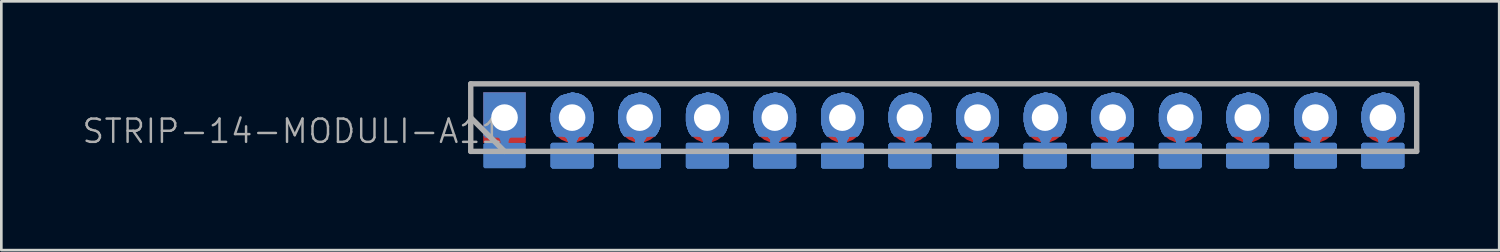
<source format=kicad_pcb>
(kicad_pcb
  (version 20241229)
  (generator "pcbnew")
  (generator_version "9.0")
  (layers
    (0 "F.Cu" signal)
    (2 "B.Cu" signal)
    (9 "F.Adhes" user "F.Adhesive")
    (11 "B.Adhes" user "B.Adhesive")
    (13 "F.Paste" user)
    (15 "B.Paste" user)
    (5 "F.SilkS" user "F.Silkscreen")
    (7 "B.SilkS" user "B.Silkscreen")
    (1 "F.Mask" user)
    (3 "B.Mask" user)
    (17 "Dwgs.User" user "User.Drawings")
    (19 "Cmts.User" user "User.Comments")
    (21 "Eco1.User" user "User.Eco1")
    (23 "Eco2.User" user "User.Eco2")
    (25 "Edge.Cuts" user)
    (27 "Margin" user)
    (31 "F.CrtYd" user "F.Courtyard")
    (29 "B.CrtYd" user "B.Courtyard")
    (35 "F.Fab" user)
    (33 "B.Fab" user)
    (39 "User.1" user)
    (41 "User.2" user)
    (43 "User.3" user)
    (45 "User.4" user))
  (footprint "STRIP-14-MODULI-A11"
    (layer "F.Cu")
    (at 15.916 1.371)
    (property "Reference" "STRIP-14-MODULI-A11" (at 0 0 0) (layer "F.Fab") (effects (font (size 0.874 0.874) (thickness 0.092)) (justify right top)))
    (attr through_hole)
    (fp_poly (pts (xy -0.8 -0.953) (xy 0.8 -0.953) (xy 0.8 0.953) (xy -0.8 0.953)) (stroke (width 0) (type solid)) (fill yes) (layer "F.Cu"))
    (fp_poly (pts (xy 1.74 0.025) (xy 1.74 -0.14) (xy 1.74 -0.14) (xy 1.767 -0.347) (xy 1.847 -0.54) (xy 1.974 -0.705) (xy 2.14 -0.833) (xy 2.54 -0.94) (xy 2.54 -0.94) (xy 2.747 -0.913) (xy 2.94 -0.833) (xy 3.106 -0.705) (xy 3.233 -0.54) (xy 3.313 -0.347) (xy 3.34 -0.14) (xy 3.34 0.025) (xy 3.34 0.14) (xy 3.34 0.14) (xy 3.313 0.347) (xy 3.233 0.54) (xy 3.106 0.705) (xy 2.94 0.833) (xy 2.747 0.913) (xy 2.54 0.94) (xy 2.54 0.94) (xy 2.333 0.913) (xy 2.14 0.833) (xy 1.974 0.705) (xy 1.847 0.54) (xy 1.74 0.14)) (stroke (width 0) (type solid)) (fill yes) (layer "F.Cu"))
    (fp_poly (pts (xy 4.28 0.025) (xy 4.28 -0.14) (xy 4.28 -0.14) (xy 4.307 -0.347) (xy 4.387 -0.54) (xy 4.514 -0.705) (xy 4.68 -0.833) (xy 5.08 -0.94) (xy 5.08 -0.94) (xy 5.287 -0.913) (xy 5.48 -0.833) (xy 5.646 -0.705) (xy 5.773 -0.54) (xy 5.853 -0.347) (xy 5.88 -0.14) (xy 5.88 0.025) (xy 5.88 0.14) (xy 5.88 0.14) (xy 5.853 0.347) (xy 5.773 0.54) (xy 5.646 0.705) (xy 5.48 0.833) (xy 5.287 0.913) (xy 5.08 0.94) (xy 5.08 0.94) (xy 4.873 0.913) (xy 4.68 0.833) (xy 4.514 0.705) (xy 4.387 0.54) (xy 4.28 0.14)) (stroke (width 0) (type solid)) (fill yes) (layer "F.Cu"))
    (fp_poly (pts (xy 6.82 0.025) (xy 6.82 -0.14) (xy 6.82 -0.14) (xy 6.847 -0.347) (xy 6.927 -0.54) (xy 7.054 -0.705) (xy 7.22 -0.833) (xy 7.62 -0.94) (xy 7.62 -0.94) (xy 7.827 -0.913) (xy 8.02 -0.833) (xy 8.186 -0.705) (xy 8.313 -0.54) (xy 8.393 -0.347) (xy 8.42 -0.14) (xy 8.42 0.025) (xy 8.42 0.14) (xy 8.42 0.14) (xy 8.393 0.347) (xy 8.313 0.54) (xy 8.186 0.705) (xy 8.02 0.833) (xy 7.827 0.913) (xy 7.62 0.94) (xy 7.62 0.94) (xy 7.413 0.913) (xy 7.22 0.833) (xy 7.054 0.705) (xy 6.927 0.54) (xy 6.82 0.14)) (stroke (width 0) (type solid)) (fill yes) (layer "F.Cu"))
    (fp_poly (pts (xy 9.36 0.025) (xy 9.36 -0.14) (xy 9.36 -0.14) (xy 9.387 -0.347) (xy 9.467 -0.54) (xy 9.594 -0.705) (xy 9.76 -0.833) (xy 10.16 -0.94) (xy 10.16 -0.94) (xy 10.367 -0.913) (xy 10.56 -0.833) (xy 10.726 -0.705) (xy 10.853 -0.54) (xy 10.933 -0.347) (xy 10.96 -0.14) (xy 10.96 0.025) (xy 10.96 0.14) (xy 10.96 0.14) (xy 10.933 0.347) (xy 10.853 0.54) (xy 10.726 0.705) (xy 10.56 0.833) (xy 10.367 0.913) (xy 10.16 0.94) (xy 10.16 0.94) (xy 9.953 0.913) (xy 9.76 0.833) (xy 9.594 0.705) (xy 9.467 0.54) (xy 9.36 0.14)) (stroke (width 0) (type solid)) (fill yes) (layer "F.Cu"))
    (fp_poly (pts (xy 11.9 0.025) (xy 11.9 -0.14) (xy 11.9 -0.14) (xy 11.927 -0.347) (xy 12.007 -0.54) (xy 12.134 -0.705) (xy 12.3 -0.833) (xy 12.7 -0.94) (xy 12.7 -0.94) (xy 12.907 -0.913) (xy 13.1 -0.833) (xy 13.266 -0.705) (xy 13.393 -0.54) (xy 13.473 -0.347) (xy 13.5 -0.14) (xy 13.5 0.025) (xy 13.5 0.14) (xy 13.5 0.14) (xy 13.473 0.347) (xy 13.393 0.54) (xy 13.266 0.705) (xy 13.1 0.833) (xy 12.907 0.913) (xy 12.7 0.94) (xy 12.7 0.94) (xy 12.493 0.913) (xy 12.3 0.833) (xy 12.134 0.705) (xy 12.007 0.54) (xy 11.9 0.14)) (stroke (width 0) (type solid)) (fill yes) (layer "F.Cu"))
    (fp_poly (pts (xy 14.44 0.025) (xy 14.44 -0.14) (xy 14.44 -0.14) (xy 14.467 -0.347) (xy 14.547 -0.54) (xy 14.674 -0.705) (xy 14.84 -0.833) (xy 15.24 -0.94) (xy 15.24 -0.94) (xy 15.447 -0.913) (xy 15.64 -0.833) (xy 15.806 -0.705) (xy 15.933 -0.54) (xy 16.013 -0.347) (xy 16.04 -0.14) (xy 16.04 0.025) (xy 16.04 0.14) (xy 16.04 0.14) (xy 16.013 0.347) (xy 15.933 0.54) (xy 15.806 0.705) (xy 15.64 0.833) (xy 15.447 0.913) (xy 15.24 0.94) (xy 15.24 0.94) (xy 15.033 0.913) (xy 14.84 0.833) (xy 14.674 0.705) (xy 14.547 0.54) (xy 14.44 0.14)) (stroke (width 0) (type solid)) (fill yes) (layer "F.Cu"))
    (fp_poly (pts (xy 16.98 0.025) (xy 16.98 -0.14) (xy 16.98 -0.14) (xy 17.007 -0.347) (xy 17.087 -0.54) (xy 17.214 -0.705) (xy 17.38 -0.833) (xy 17.78 -0.94) (xy 17.78 -0.94) (xy 17.987 -0.913) (xy 18.18 -0.833) (xy 18.346 -0.705) (xy 18.473 -0.54) (xy 18.553 -0.347) (xy 18.58 -0.14) (xy 18.58 0.025) (xy 18.58 0.14) (xy 18.58 0.14) (xy 18.553 0.347) (xy 18.473 0.54) (xy 18.346 0.705) (xy 18.18 0.833) (xy 17.987 0.913) (xy 17.78 0.94) (xy 17.78 0.94) (xy 17.573 0.913) (xy 17.38 0.833) (xy 17.214 0.705) (xy 17.087 0.54) (xy 16.98 0.14)) (stroke (width 0) (type solid)) (fill yes) (layer "F.Cu"))
    (fp_poly (pts (xy 19.52 0.025) (xy 19.52 -0.14) (xy 19.52 -0.14) (xy 19.547 -0.347) (xy 19.627 -0.54) (xy 19.754 -0.705) (xy 19.92 -0.833) (xy 20.32 -0.94) (xy 20.32 -0.94) (xy 20.527 -0.913) (xy 20.72 -0.833) (xy 20.886 -0.705) (xy 21.013 -0.54) (xy 21.093 -0.347) (xy 21.12 -0.14) (xy 21.12 0.025) (xy 21.12 0.14) (xy 21.12 0.14) (xy 21.093 0.347) (xy 21.013 0.54) (xy 20.886 0.705) (xy 20.72 0.833) (xy 20.527 0.913) (xy 20.32 0.94) (xy 20.32 0.94) (xy 20.113 0.913) (xy 19.92 0.833) (xy 19.754 0.705) (xy 19.627 0.54) (xy 19.52 0.14)) (stroke (width 0) (type solid)) (fill yes) (layer "F.Cu"))
    (fp_poly (pts (xy 22.06 0.025) (xy 22.06 -0.14) (xy 22.06 -0.14) (xy 22.087 -0.347) (xy 22.167 -0.54) (xy 22.294 -0.705) (xy 22.46 -0.833) (xy 22.86 -0.94) (xy 22.86 -0.94) (xy 23.067 -0.913) (xy 23.26 -0.833) (xy 23.426 -0.705) (xy 23.553 -0.54) (xy 23.633 -0.347) (xy 23.66 -0.14) (xy 23.66 0.025) (xy 23.66 0.14) (xy 23.66 0.14) (xy 23.633 0.347) (xy 23.553 0.54) (xy 23.426 0.705) (xy 23.26 0.833) (xy 23.067 0.913) (xy 22.86 0.94) (xy 22.86 0.94) (xy 22.653 0.913) (xy 22.46 0.833) (xy 22.294 0.705) (xy 22.167 0.54) (xy 22.06 0.14)) (stroke (width 0) (type solid)) (fill yes) (layer "F.Cu"))
    (fp_poly (pts (xy 24.6 0.025) (xy 24.6 -0.14) (xy 24.6 -0.14) (xy 24.627 -0.347) (xy 24.707 -0.54) (xy 24.834 -0.705) (xy 25 -0.833) (xy 25.4 -0.94) (xy 25.4 -0.94) (xy 25.607 -0.913) (xy 25.8 -0.833) (xy 25.966 -0.705) (xy 26.093 -0.54) (xy 26.173 -0.347) (xy 26.2 -0.14) (xy 26.2 0.025) (xy 26.2 0.14) (xy 26.2 0.14) (xy 26.173 0.347) (xy 26.093 0.54) (xy 25.966 0.705) (xy 25.8 0.833) (xy 25.607 0.913) (xy 25.4 0.94) (xy 25.4 0.94) (xy 25.193 0.913) (xy 25 0.833) (xy 24.834 0.705) (xy 24.707 0.54) (xy 24.6 0.14)) (stroke (width 0) (type solid)) (fill yes) (layer "F.Cu"))
    (fp_poly (pts (xy 27.14 0.025) (xy 27.14 -0.14) (xy 27.14 -0.14) (xy 27.167 -0.347) (xy 27.247 -0.54) (xy 27.374 -0.705) (xy 27.54 -0.833) (xy 27.94 -0.94) (xy 27.94 -0.94) (xy 28.147 -0.913) (xy 28.34 -0.833) (xy 28.506 -0.705) (xy 28.633 -0.54) (xy 28.713 -0.347) (xy 28.74 -0.14) (xy 28.74 0.025) (xy 28.74 0.14) (xy 28.74 0.14) (xy 28.713 0.347) (xy 28.633 0.54) (xy 28.506 0.705) (xy 28.34 0.833) (xy 28.147 0.913) (xy 27.94 0.94) (xy 27.94 0.94) (xy 27.733 0.913) (xy 27.54 0.833) (xy 27.374 0.705) (xy 27.247 0.54) (xy 27.14 0.14)) (stroke (width 0) (type solid)) (fill yes) (layer "F.Cu"))
    (fp_poly (pts (xy 29.68 0.025) (xy 29.68 -0.14) (xy 29.68 -0.14) (xy 29.707 -0.347) (xy 29.787 -0.54) (xy 29.914 -0.705) (xy 30.08 -0.833) (xy 30.48 -0.94) (xy 30.48 -0.94) (xy 30.687 -0.913) (xy 30.88 -0.833) (xy 31.046 -0.705) (xy 31.173 -0.54) (xy 31.253 -0.347) (xy 31.28 -0.14) (xy 31.28 0.025) (xy 31.28 0.14) (xy 31.28 0.14) (xy 31.253 0.347) (xy 31.173 0.54) (xy 31.046 0.705) (xy 30.88 0.833) (xy 30.687 0.913) (xy 30.48 0.94) (xy 30.48 0.94) (xy 30.273 0.913) (xy 30.08 0.833) (xy 29.914 0.705) (xy 29.787 0.54) (xy 29.68 0.14)) (stroke (width 0) (type solid)) (fill yes) (layer "F.Cu"))
    (fp_poly (pts (xy 32.22 0.025) (xy 32.22 -0.14) (xy 32.22 -0.14) (xy 32.247 -0.347) (xy 32.327 -0.54) (xy 32.454 -0.705) (xy 32.62 -0.833) (xy 33.02 -0.94) (xy 33.02 -0.94) (xy 33.227 -0.913) (xy 33.42 -0.833) (xy 33.586 -0.705) (xy 33.713 -0.54) (xy 33.793 -0.347) (xy 33.82 -0.14) (xy 33.82 0.025) (xy 33.82 0.14) (xy 33.82 0.14) (xy 33.793 0.347) (xy 33.713 0.54) (xy 33.586 0.705) (xy 33.42 0.833) (xy 33.227 0.913) (xy 33.02 0.94) (xy 33.02 0.94) (xy 32.813 0.913) (xy 32.62 0.833) (xy 32.454 0.705) (xy 32.327 0.54) (xy 32.22 0.14)) (stroke (width 0) (type solid)) (fill yes) (layer "F.Cu"))
    (fp_poly (pts (xy -0.876 -1.029) (xy 0.876 -1.029) (xy 0.876 1.029) (xy -0.876 1.029)) (stroke (width 0) (type solid)) (fill yes) (layer "F.Mask"))
    (fp_poly (pts (xy 1.664 0.14) (xy 1.664 -0.127) (xy 1.664 -0.127) (xy 1.692 -0.356) (xy 1.779 -0.569) (xy 1.918 -0.753) (xy 2.1 -0.895) (xy 2.54 -1.016) (xy 2.54 -1.016) (xy 2.768 -0.984) (xy 2.98 -0.895) (xy 3.162 -0.753) (xy 3.301 -0.569) (xy 3.388 -0.356) (xy 3.416 -0.127) (xy 3.416 0.14) (xy 3.416 0.14) (xy 3.386 0.367) (xy 3.299 0.578) (xy 3.16 0.759) (xy 2.978 0.899) (xy 2.767 0.986) (xy 2.54 1.016) (xy 2.54 1.016) (xy 2.313 0.986) (xy 2.102 0.899) (xy 1.92 0.759) (xy 1.781 0.578)) (stroke (width 0) (type solid)) (fill yes) (layer "F.Mask"))
    (fp_poly (pts (xy 4.204 0.14) (xy 4.204 -0.127) (xy 4.204 -0.127) (xy 4.232 -0.356) (xy 4.319 -0.569) (xy 4.458 -0.753) (xy 4.64 -0.895) (xy 5.08 -1.016) (xy 5.08 -1.016) (xy 5.308 -0.984) (xy 5.52 -0.895) (xy 5.702 -0.753) (xy 5.841 -0.569) (xy 5.928 -0.356) (xy 5.956 -0.127) (xy 5.956 0.14) (xy 5.956 0.14) (xy 5.926 0.367) (xy 5.839 0.578) (xy 5.7 0.759) (xy 5.518 0.899) (xy 5.307 0.986) (xy 5.08 1.016) (xy 5.08 1.016) (xy 4.853 0.986) (xy 4.642 0.899) (xy 4.46 0.759) (xy 4.321 0.578)) (stroke (width 0) (type solid)) (fill yes) (layer "F.Mask"))
    (fp_poly (pts (xy 6.744 0.14) (xy 6.744 -0.127) (xy 6.744 -0.127) (xy 6.772 -0.356) (xy 6.859 -0.569) (xy 6.998 -0.753) (xy 7.18 -0.895) (xy 7.62 -1.016) (xy 7.62 -1.016) (xy 7.848 -0.984) (xy 8.06 -0.895) (xy 8.242 -0.753) (xy 8.381 -0.569) (xy 8.468 -0.356) (xy 8.496 -0.127) (xy 8.496 0.14) (xy 8.496 0.14) (xy 8.466 0.367) (xy 8.379 0.578) (xy 8.24 0.759) (xy 8.058 0.899) (xy 7.847 0.986) (xy 7.62 1.016) (xy 7.62 1.016) (xy 7.393 0.986) (xy 7.182 0.899) (xy 7 0.759) (xy 6.861 0.578)) (stroke (width 0) (type solid)) (fill yes) (layer "F.Mask"))
    (fp_poly (pts (xy 9.284 0.14) (xy 9.284 -0.127) (xy 9.284 -0.127) (xy 9.312 -0.356) (xy 9.399 -0.569) (xy 9.538 -0.753) (xy 9.72 -0.895) (xy 10.16 -1.016) (xy 10.16 -1.016) (xy 10.388 -0.984) (xy 10.6 -0.895) (xy 10.782 -0.753) (xy 10.921 -0.569) (xy 11.008 -0.356) (xy 11.036 -0.127) (xy 11.036 0.14) (xy 11.036 0.14) (xy 11.006 0.367) (xy 10.919 0.578) (xy 10.78 0.759) (xy 10.598 0.899) (xy 10.387 0.986) (xy 10.16 1.016) (xy 10.16 1.016) (xy 9.933 0.986) (xy 9.722 0.899) (xy 9.54 0.759) (xy 9.401 0.578)) (stroke (width 0) (type solid)) (fill yes) (layer "F.Mask"))
    (fp_poly (pts (xy 11.824 0.14) (xy 11.824 -0.127) (xy 11.824 -0.127) (xy 11.852 -0.356) (xy 11.939 -0.569) (xy 12.078 -0.753) (xy 12.26 -0.895) (xy 12.7 -1.016) (xy 12.7 -1.016) (xy 12.928 -0.984) (xy 13.14 -0.895) (xy 13.322 -0.753) (xy 13.461 -0.569) (xy 13.548 -0.356) (xy 13.576 -0.127) (xy 13.576 0.14) (xy 13.576 0.14) (xy 13.546 0.367) (xy 13.459 0.578) (xy 13.32 0.759) (xy 13.138 0.899) (xy 12.927 0.986) (xy 12.7 1.016) (xy 12.7 1.016) (xy 12.473 0.986) (xy 12.262 0.899) (xy 12.08 0.759) (xy 11.941 0.578)) (stroke (width 0) (type solid)) (fill yes) (layer "F.Mask"))
    (fp_poly (pts (xy 14.364 0.14) (xy 14.364 -0.127) (xy 14.364 -0.127) (xy 14.392 -0.356) (xy 14.479 -0.569) (xy 14.618 -0.753) (xy 14.8 -0.895) (xy 15.24 -1.016) (xy 15.24 -1.016) (xy 15.468 -0.984) (xy 15.68 -0.895) (xy 15.862 -0.753) (xy 16.001 -0.569) (xy 16.088 -0.356) (xy 16.116 -0.127) (xy 16.116 0.14) (xy 16.116 0.14) (xy 16.086 0.367) (xy 15.999 0.578) (xy 15.86 0.759) (xy 15.678 0.899) (xy 15.467 0.986) (xy 15.24 1.016) (xy 15.24 1.016) (xy 15.013 0.986) (xy 14.802 0.899) (xy 14.62 0.759) (xy 14.481 0.578)) (stroke (width 0) (type solid)) (fill yes) (layer "F.Mask"))
    (fp_poly (pts (xy 16.904 0.14) (xy 16.904 -0.127) (xy 16.904 -0.127) (xy 16.932 -0.356) (xy 17.019 -0.569) (xy 17.158 -0.753) (xy 17.34 -0.895) (xy 17.78 -1.016) (xy 17.78 -1.016) (xy 18.008 -0.984) (xy 18.22 -0.895) (xy 18.402 -0.753) (xy 18.541 -0.569) (xy 18.628 -0.356) (xy 18.656 -0.127) (xy 18.656 0.14) (xy 18.656 0.14) (xy 18.626 0.367) (xy 18.539 0.578) (xy 18.4 0.759) (xy 18.218 0.899) (xy 18.007 0.986) (xy 17.78 1.016) (xy 17.78 1.016) (xy 17.553 0.986) (xy 17.342 0.899) (xy 17.16 0.759) (xy 17.021 0.578)) (stroke (width 0) (type solid)) (fill yes) (layer "F.Mask"))
    (fp_poly (pts (xy 19.444 0.14) (xy 19.444 -0.127) (xy 19.444 -0.127) (xy 19.472 -0.356) (xy 19.559 -0.569) (xy 19.698 -0.753) (xy 19.88 -0.895) (xy 20.32 -1.016) (xy 20.32 -1.016) (xy 20.548 -0.984) (xy 20.76 -0.895) (xy 20.942 -0.753) (xy 21.081 -0.569) (xy 21.168 -0.356) (xy 21.196 -0.127) (xy 21.196 0.14) (xy 21.196 0.14) (xy 21.166 0.367) (xy 21.079 0.578) (xy 20.94 0.759) (xy 20.758 0.899) (xy 20.547 0.986) (xy 20.32 1.016) (xy 20.32 1.016) (xy 20.093 0.986) (xy 19.882 0.899) (xy 19.7 0.759) (xy 19.561 0.578)) (stroke (width 0) (type solid)) (fill yes) (layer "F.Mask"))
    (fp_poly (pts (xy 21.984 0.14) (xy 21.984 -0.127) (xy 21.984 -0.127) (xy 22.012 -0.356) (xy 22.099 -0.569) (xy 22.238 -0.753) (xy 22.42 -0.895) (xy 22.86 -1.016) (xy 22.86 -1.016) (xy 23.088 -0.984) (xy 23.3 -0.895) (xy 23.482 -0.753) (xy 23.621 -0.569) (xy 23.708 -0.356) (xy 23.736 -0.127) (xy 23.736 0.14) (xy 23.736 0.14) (xy 23.706 0.367) (xy 23.619 0.578) (xy 23.48 0.759) (xy 23.298 0.899) (xy 23.087 0.986) (xy 22.86 1.016) (xy 22.86 1.016) (xy 22.633 0.986) (xy 22.422 0.899) (xy 22.24 0.759) (xy 22.101 0.578)) (stroke (width 0) (type solid)) (fill yes) (layer "F.Mask"))
    (fp_poly (pts (xy 24.524 0.14) (xy 24.524 -0.127) (xy 24.524 -0.127) (xy 24.552 -0.356) (xy 24.639 -0.569) (xy 24.778 -0.753) (xy 24.96 -0.895) (xy 25.4 -1.016) (xy 25.4 -1.016) (xy 25.628 -0.984) (xy 25.84 -0.895) (xy 26.022 -0.753) (xy 26.161 -0.569) (xy 26.248 -0.356) (xy 26.276 -0.127) (xy 26.276 0.14) (xy 26.276 0.14) (xy 26.246 0.367) (xy 26.159 0.578) (xy 26.02 0.759) (xy 25.838 0.899) (xy 25.627 0.986) (xy 25.4 1.016) (xy 25.4 1.016) (xy 25.173 0.986) (xy 24.962 0.899) (xy 24.78 0.759) (xy 24.641 0.578)) (stroke (width 0) (type solid)) (fill yes) (layer "F.Mask"))
    (fp_poly (pts (xy 27.064 0.14) (xy 27.064 -0.127) (xy 27.064 -0.127) (xy 27.092 -0.356) (xy 27.179 -0.569) (xy 27.318 -0.753) (xy 27.5 -0.895) (xy 27.94 -1.016) (xy 27.94 -1.016) (xy 28.168 -0.984) (xy 28.38 -0.895) (xy 28.562 -0.753) (xy 28.701 -0.569) (xy 28.788 -0.356) (xy 28.816 -0.127) (xy 28.816 0.14) (xy 28.816 0.14) (xy 28.786 0.367) (xy 28.699 0.578) (xy 28.56 0.759) (xy 28.378 0.899) (xy 28.167 0.986) (xy 27.94 1.016) (xy 27.94 1.016) (xy 27.713 0.986) (xy 27.502 0.899) (xy 27.32 0.759) (xy 27.181 0.578)) (stroke (width 0) (type solid)) (fill yes) (layer "F.Mask"))
    (fp_poly (pts (xy 29.604 0.14) (xy 29.604 -0.127) (xy 29.604 -0.127) (xy 29.632 -0.356) (xy 29.719 -0.569) (xy 29.858 -0.753) (xy 30.04 -0.895) (xy 30.48 -1.016) (xy 30.48 -1.016) (xy 30.708 -0.984) (xy 30.92 -0.895) (xy 31.102 -0.753) (xy 31.241 -0.569) (xy 31.328 -0.356) (xy 31.356 -0.127) (xy 31.356 0.14) (xy 31.356 0.14) (xy 31.326 0.367) (xy 31.239 0.578) (xy 31.1 0.759) (xy 30.918 0.899) (xy 30.707 0.986) (xy 30.48 1.016) (xy 30.48 1.016) (xy 30.253 0.986) (xy 30.042 0.899) (xy 29.86 0.759) (xy 29.721 0.578)) (stroke (width 0) (type solid)) (fill yes) (layer "F.Mask"))
    (fp_poly (pts (xy 32.144 0.14) (xy 32.144 -0.127) (xy 32.144 -0.127) (xy 32.172 -0.356) (xy 32.259 -0.569) (xy 32.398 -0.753) (xy 32.58 -0.895) (xy 33.02 -1.016) (xy 33.02 -1.016) (xy 33.248 -0.984) (xy 33.46 -0.895) (xy 33.642 -0.753) (xy 33.781 -0.569) (xy 33.868 -0.356) (xy 33.896 -0.127) (xy 33.896 0.14) (xy 33.896 0.14) (xy 33.866 0.367) (xy 33.779 0.578) (xy 33.64 0.759) (xy 33.458 0.899) (xy 33.247 0.986) (xy 33.02 1.016) (xy 33.02 1.016) (xy 32.793 0.986) (xy 32.582 0.899) (xy 32.4 0.759) (xy 32.261 0.578)) (stroke (width 0) (type solid)) (fill yes) (layer "F.Mask"))
    (fp_poly (pts (xy -0.8 -0.953) (xy -0.8 0.699) (xy -0.356 0.699) (xy -0.254 0.726) (xy -0.18 0.8) (xy -0.152 0.902) (xy -0.152 0.953) (xy -0.749 0.953) (xy -0.8 1.003) (xy -0.8 1.854) (xy -0.749 1.905) (xy 0.749 1.905) (xy 0.8 1.854) (xy 0.8 1.003) (xy 0.749 0.953) (xy 0.152 0.953) (xy 0.152 0.902) (xy 0.18 0.8) (xy 0.254 0.726) (xy 0.356 0.699) (xy 0.8 0.699) (xy 0.8 -0.953)) (stroke (width 0) (type solid)) (fill yes) (layer "B.Cu"))
    (fp_poly (pts (xy 1.74 -0.152) (xy 1.74 -0.152) (xy 1.767 -0.356) (xy 1.845 -0.546) (xy 1.971 -0.709) (xy 2.134 -0.834) (xy 2.527 -0.94) (xy 2.54 -0.94) (xy 2.553 -0.94) (xy 2.553 -0.94) (xy 2.756 -0.913) (xy 2.946 -0.834) (xy 3.109 -0.709) (xy 3.235 -0.546) (xy 3.313 -0.356) (xy 3.34 -0.152) (xy 3.34 0.152) (xy 3.315 0.343) (xy 3.239 0.533) (xy 3.124 0.699) (xy 2.896 0.699) (xy 2.794 0.726) (xy 2.692 0.902) (xy 2.692 0.953) (xy 3.289 0.953) (xy 3.34 1.003) (xy 3.34 1.854) (xy 3.289 1.905) (xy 1.791 1.905) (xy 1.74 1.854) (xy 1.74 1.003) (xy 1.791 0.953) (xy 2.388 0.953) (xy 2.388 0.902) (xy 2.36 0.8) (xy 2.286 0.726) (xy 2.184 0.699) (xy 1.956 0.699) (xy 1.841 0.533) (xy 1.778 0.343) (xy 1.74 0.152)) (stroke (width 0) (type solid)) (fill yes) (layer "B.Cu"))
    (fp_poly (pts (xy 1.74 -0.152) (xy 1.74 -0.152) (xy 1.767 -0.356) (xy 1.845 -0.546) (xy 1.971 -0.709) (xy 2.134 -0.834) (xy 2.527 -0.94) (xy 2.54 -0.94) (xy 2.553 -0.94) (xy 2.553 -0.94) (xy 2.756 -0.913) (xy 2.946 -0.834) (xy 3.109 -0.709) (xy 3.235 -0.546) (xy 3.313 -0.356) (xy 3.34 -0.152) (xy 3.34 0.152) (xy 3.315 0.343) (xy 3.239 0.533) (xy 3.124 0.699) (xy 2.896 0.699) (xy 2.794 0.726) (xy 2.692 0.902) (xy 2.692 0.953) (xy 3.289 0.953) (xy 3.34 1.003) (xy 3.34 1.854) (xy 3.289 1.905) (xy 1.791 1.905) (xy 1.74 1.854) (xy 1.74 1.003) (xy 1.791 0.953) (xy 2.388 0.953) (xy 2.388 0.902) (xy 2.36 0.8) (xy 2.286 0.726) (xy 2.184 0.699) (xy 1.956 0.699) (xy 1.841 0.533) (xy 1.778 0.343) (xy 1.74 0.152)) (stroke (width 0) (type solid)) (fill yes) (layer "B.Cu"))
    (fp_poly (pts (xy 1.74 -0.152) (xy 1.74 -0.152) (xy 1.767 -0.356) (xy 1.845 -0.546) (xy 1.971 -0.709) (xy 2.134 -0.834) (xy 2.527 -0.94) (xy 2.54 -0.94) (xy 2.553 -0.94) (xy 2.553 -0.94) (xy 2.756 -0.913) (xy 2.946 -0.834) (xy 3.109 -0.709) (xy 3.235 -0.546) (xy 3.313 -0.356) (xy 3.34 -0.152) (xy 3.34 0.152) (xy 3.315 0.343) (xy 3.239 0.533) (xy 3.124 0.699) (xy 2.896 0.699) (xy 2.794 0.726) (xy 2.692 0.902) (xy 2.692 0.953) (xy 3.289 0.953) (xy 3.34 1.003) (xy 3.34 1.854) (xy 3.289 1.905) (xy 1.791 1.905) (xy 1.74 1.854) (xy 1.74 1.003) (xy 1.791 0.953) (xy 2.388 0.953) (xy 2.388 0.902) (xy 2.36 0.8) (xy 2.286 0.726) (xy 2.184 0.699) (xy 1.956 0.699) (xy 1.841 0.533) (xy 1.778 0.343) (xy 1.74 0.152)) (stroke (width 0) (type solid)) (fill yes) (layer "B.Cu"))
    (fp_poly (pts (xy 1.74 -0.152) (xy 1.74 -0.152) (xy 1.767 -0.356) (xy 1.845 -0.546) (xy 1.971 -0.709) (xy 2.134 -0.834) (xy 2.527 -0.94) (xy 2.54 -0.94) (xy 2.553 -0.94) (xy 2.553 -0.94) (xy 2.756 -0.913) (xy 2.946 -0.834) (xy 3.109 -0.709) (xy 3.235 -0.546) (xy 3.313 -0.356) (xy 3.34 -0.152) (xy 3.34 0.152) (xy 3.315 0.343) (xy 3.239 0.533) (xy 3.124 0.699) (xy 2.896 0.699) (xy 2.794 0.726) (xy 2.692 0.902) (xy 2.692 0.953) (xy 3.289 0.953) (xy 3.34 1.003) (xy 3.34 1.854) (xy 3.289 1.905) (xy 1.791 1.905) (xy 1.74 1.854) (xy 1.74 1.003) (xy 1.791 0.953) (xy 2.388 0.953) (xy 2.388 0.902) (xy 2.36 0.8) (xy 2.286 0.726) (xy 2.184 0.699) (xy 1.956 0.699) (xy 1.841 0.533) (xy 1.778 0.343) (xy 1.74 0.152)) (stroke (width 0) (type solid)) (fill yes) (layer "B.Cu"))
    (fp_poly (pts (xy 1.74 -0.152) (xy 1.74 -0.152) (xy 1.767 -0.356) (xy 1.845 -0.546) (xy 1.971 -0.709) (xy 2.134 -0.834) (xy 2.527 -0.94) (xy 2.54 -0.94) (xy 2.553 -0.94) (xy 2.553 -0.94) (xy 2.756 -0.913) (xy 2.946 -0.834) (xy 3.109 -0.709) (xy 3.235 -0.546) (xy 3.313 -0.356) (xy 3.34 -0.152) (xy 3.34 0.152) (xy 3.315 0.343) (xy 3.239 0.533) (xy 3.124 0.699) (xy 2.896 0.699) (xy 2.794 0.726) (xy 2.692 0.902) (xy 2.692 0.953) (xy 3.289 0.953) (xy 3.34 1.003) (xy 3.34 1.854) (xy 3.289 1.905) (xy 1.791 1.905) (xy 1.74 1.854) (xy 1.74 1.003) (xy 1.791 0.953) (xy 2.388 0.953) (xy 2.388 0.902) (xy 2.36 0.8) (xy 2.286 0.726) (xy 2.184 0.699) (xy 1.956 0.699) (xy 1.841 0.533) (xy 1.778 0.343) (xy 1.74 0.152)) (stroke (width 0) (type solid)) (fill yes) (layer "B.Cu"))
    (fp_poly (pts (xy 1.74 -0.152) (xy 1.74 -0.152) (xy 1.767 -0.356) (xy 1.845 -0.546) (xy 1.971 -0.709) (xy 2.134 -0.834) (xy 2.527 -0.94) (xy 2.54 -0.94) (xy 2.553 -0.94) (xy 2.553 -0.94) (xy 2.756 -0.913) (xy 2.946 -0.834) (xy 3.109 -0.709) (xy 3.235 -0.546) (xy 3.313 -0.356) (xy 3.34 -0.152) (xy 3.34 0.152) (xy 3.315 0.343) (xy 3.239 0.533) (xy 3.124 0.699) (xy 2.896 0.699) (xy 2.794 0.726) (xy 2.692 0.902) (xy 2.692 0.953) (xy 3.289 0.953) (xy 3.34 1.003) (xy 3.34 1.854) (xy 3.289 1.905) (xy 1.791 1.905) (xy 1.74 1.854) (xy 1.74 1.003) (xy 1.791 0.953) (xy 2.388 0.953) (xy 2.388 0.902) (xy 2.36 0.8) (xy 2.286 0.726) (xy 2.184 0.699) (xy 1.956 0.699) (xy 1.841 0.533) (xy 1.778 0.343) (xy 1.74 0.152)) (stroke (width 0) (type solid)) (fill yes) (layer "B.Cu"))
    (fp_poly (pts (xy 1.74 -0.152) (xy 1.74 -0.152) (xy 1.767 -0.356) (xy 1.845 -0.546) (xy 1.971 -0.709) (xy 2.134 -0.834) (xy 2.527 -0.94) (xy 2.54 -0.94) (xy 2.553 -0.94) (xy 2.553 -0.94) (xy 2.756 -0.913) (xy 2.946 -0.834) (xy 3.109 -0.709) (xy 3.235 -0.546) (xy 3.313 -0.356) (xy 3.34 -0.152) (xy 3.34 0.152) (xy 3.315 0.343) (xy 3.239 0.533) (xy 3.124 0.699) (xy 2.896 0.699) (xy 2.794 0.726) (xy 2.692 0.902) (xy 2.692 0.953) (xy 3.289 0.953) (xy 3.34 1.003) (xy 3.34 1.854) (xy 3.289 1.905) (xy 1.791 1.905) (xy 1.74 1.854) (xy 1.74 1.003) (xy 1.791 0.953) (xy 2.388 0.953) (xy 2.388 0.902) (xy 2.36 0.8) (xy 2.286 0.726) (xy 2.184 0.699) (xy 1.956 0.699) (xy 1.841 0.533) (xy 1.778 0.343) (xy 1.74 0.152)) (stroke (width 0) (type solid)) (fill yes) (layer "B.Cu"))
    (fp_poly (pts (xy 4.28 -0.152) (xy 4.28 -0.152) (xy 4.307 -0.356) (xy 4.385 -0.546) (xy 4.511 -0.709) (xy 4.674 -0.834) (xy 5.067 -0.94) (xy 5.08 -0.94) (xy 5.093 -0.94) (xy 5.093 -0.94) (xy 5.296 -0.913) (xy 5.486 -0.834) (xy 5.649 -0.709) (xy 5.775 -0.546) (xy 5.853 -0.356) (xy 5.88 -0.152) (xy 5.88 0.152) (xy 5.855 0.343) (xy 5.779 0.533) (xy 5.664 0.699) (xy 5.436 0.699) (xy 5.334 0.726) (xy 5.232 0.902) (xy 5.232 0.953) (xy 5.829 0.953) (xy 5.88 1.003) (xy 5.88 1.854) (xy 5.829 1.905) (xy 4.331 1.905) (xy 4.28 1.854) (xy 4.28 1.003) (xy 4.331 0.953) (xy 4.928 0.953) (xy 4.928 0.902) (xy 4.9 0.8) (xy 4.826 0.726) (xy 4.724 0.699) (xy 4.496 0.699) (xy 4.381 0.533) (xy 4.318 0.343) (xy 4.28 0.152)) (stroke (width 0) (type solid)) (fill yes) (layer "B.Cu"))
    (fp_poly (pts (xy 4.28 -0.152) (xy 4.28 -0.152) (xy 4.307 -0.356) (xy 4.385 -0.546) (xy 4.511 -0.709) (xy 4.674 -0.834) (xy 5.067 -0.94) (xy 5.08 -0.94) (xy 5.093 -0.94) (xy 5.093 -0.94) (xy 5.296 -0.913) (xy 5.486 -0.834) (xy 5.649 -0.709) (xy 5.775 -0.546) (xy 5.853 -0.356) (xy 5.88 -0.152) (xy 5.88 0.152) (xy 5.855 0.343) (xy 5.779 0.533) (xy 5.664 0.699) (xy 5.436 0.699) (xy 5.334 0.726) (xy 5.232 0.902) (xy 5.232 0.953) (xy 5.829 0.953) (xy 5.88 1.003) (xy 5.88 1.854) (xy 5.829 1.905) (xy 4.331 1.905) (xy 4.28 1.854) (xy 4.28 1.003) (xy 4.331 0.953) (xy 4.928 0.953) (xy 4.928 0.902) (xy 4.9 0.8) (xy 4.826 0.726) (xy 4.724 0.699) (xy 4.496 0.699) (xy 4.381 0.533) (xy 4.318 0.343) (xy 4.28 0.152)) (stroke (width 0) (type solid)) (fill yes) (layer "B.Cu"))
    (fp_poly (pts (xy 4.28 -0.152) (xy 4.28 -0.152) (xy 4.307 -0.356) (xy 4.385 -0.546) (xy 4.511 -0.709) (xy 4.674 -0.834) (xy 5.067 -0.94) (xy 5.08 -0.94) (xy 5.093 -0.94) (xy 5.093 -0.94) (xy 5.296 -0.913) (xy 5.486 -0.834) (xy 5.649 -0.709) (xy 5.775 -0.546) (xy 5.853 -0.356) (xy 5.88 -0.152) (xy 5.88 0.152) (xy 5.855 0.343) (xy 5.779 0.533) (xy 5.664 0.699) (xy 5.436 0.699) (xy 5.334 0.726) (xy 5.232 0.902) (xy 5.232 0.953) (xy 5.829 0.953) (xy 5.88 1.003) (xy 5.88 1.854) (xy 5.829 1.905) (xy 4.331 1.905) (xy 4.28 1.854) (xy 4.28 1.003) (xy 4.331 0.953) (xy 4.928 0.953) (xy 4.928 0.902) (xy 4.9 0.8) (xy 4.826 0.726) (xy 4.724 0.699) (xy 4.496 0.699) (xy 4.381 0.533) (xy 4.318 0.343) (xy 4.28 0.152)) (stroke (width 0) (type solid)) (fill yes) (layer "B.Cu"))
    (fp_poly (pts (xy 4.28 -0.152) (xy 4.28 -0.152) (xy 4.307 -0.356) (xy 4.385 -0.546) (xy 4.511 -0.709) (xy 4.674 -0.834) (xy 5.067 -0.94) (xy 5.08 -0.94) (xy 5.093 -0.94) (xy 5.093 -0.94) (xy 5.296 -0.913) (xy 5.486 -0.834) (xy 5.649 -0.709) (xy 5.775 -0.546) (xy 5.853 -0.356) (xy 5.88 -0.152) (xy 5.88 0.152) (xy 5.855 0.343) (xy 5.779 0.533) (xy 5.664 0.699) (xy 5.436 0.699) (xy 5.334 0.726) (xy 5.232 0.902) (xy 5.232 0.953) (xy 5.829 0.953) (xy 5.88 1.003) (xy 5.88 1.854) (xy 5.829 1.905) (xy 4.331 1.905) (xy 4.28 1.854) (xy 4.28 1.003) (xy 4.331 0.953) (xy 4.928 0.953) (xy 4.928 0.902) (xy 4.9 0.8) (xy 4.826 0.726) (xy 4.724 0.699) (xy 4.496 0.699) (xy 4.381 0.533) (xy 4.318 0.343) (xy 4.28 0.152)) (stroke (width 0) (type solid)) (fill yes) (layer "B.Cu"))
    (fp_poly (pts (xy 4.28 -0.152) (xy 4.28 -0.152) (xy 4.307 -0.356) (xy 4.385 -0.546) (xy 4.511 -0.709) (xy 4.674 -0.834) (xy 5.067 -0.94) (xy 5.08 -0.94) (xy 5.093 -0.94) (xy 5.093 -0.94) (xy 5.296 -0.913) (xy 5.486 -0.834) (xy 5.649 -0.709) (xy 5.775 -0.546) (xy 5.853 -0.356) (xy 5.88 -0.152) (xy 5.88 0.152) (xy 5.855 0.343) (xy 5.779 0.533) (xy 5.664 0.699) (xy 5.436 0.699) (xy 5.334 0.726) (xy 5.232 0.902) (xy 5.232 0.953) (xy 5.829 0.953) (xy 5.88 1.003) (xy 5.88 1.854) (xy 5.829 1.905) (xy 4.331 1.905) (xy 4.28 1.854) (xy 4.28 1.003) (xy 4.331 0.953) (xy 4.928 0.953) (xy 4.928 0.902) (xy 4.9 0.8) (xy 4.826 0.726) (xy 4.724 0.699) (xy 4.496 0.699) (xy 4.381 0.533) (xy 4.318 0.343) (xy 4.28 0.152)) (stroke (width 0) (type solid)) (fill yes) (layer "B.Cu"))
    (fp_poly (pts (xy 4.28 -0.152) (xy 4.28 -0.152) (xy 4.307 -0.356) (xy 4.385 -0.546) (xy 4.511 -0.709) (xy 4.674 -0.834) (xy 5.067 -0.94) (xy 5.08 -0.94) (xy 5.093 -0.94) (xy 5.093 -0.94) (xy 5.296 -0.913) (xy 5.486 -0.834) (xy 5.649 -0.709) (xy 5.775 -0.546) (xy 5.853 -0.356) (xy 5.88 -0.152) (xy 5.88 0.152) (xy 5.855 0.343) (xy 5.779 0.533) (xy 5.664 0.699) (xy 5.436 0.699) (xy 5.334 0.726) (xy 5.232 0.902) (xy 5.232 0.953) (xy 5.829 0.953) (xy 5.88 1.003) (xy 5.88 1.854) (xy 5.829 1.905) (xy 4.331 1.905) (xy 4.28 1.854) (xy 4.28 1.003) (xy 4.331 0.953) (xy 4.928 0.953) (xy 4.928 0.902) (xy 4.9 0.8) (xy 4.826 0.726) (xy 4.724 0.699) (xy 4.496 0.699) (xy 4.381 0.533) (xy 4.318 0.343) (xy 4.28 0.152)) (stroke (width 0) (type solid)) (fill yes) (layer "B.Cu"))
    (fp_poly (pts (xy 4.28 -0.152) (xy 4.28 -0.152) (xy 4.307 -0.356) (xy 4.385 -0.546) (xy 4.511 -0.709) (xy 4.674 -0.834) (xy 5.067 -0.94) (xy 5.08 -0.94) (xy 5.093 -0.94) (xy 5.093 -0.94) (xy 5.296 -0.913) (xy 5.486 -0.834) (xy 5.649 -0.709) (xy 5.775 -0.546) (xy 5.853 -0.356) (xy 5.88 -0.152) (xy 5.88 0.152) (xy 5.855 0.343) (xy 5.779 0.533) (xy 5.664 0.699) (xy 5.436 0.699) (xy 5.334 0.726) (xy 5.232 0.902) (xy 5.232 0.953) (xy 5.829 0.953) (xy 5.88 1.003) (xy 5.88 1.854) (xy 5.829 1.905) (xy 4.331 1.905) (xy 4.28 1.854) (xy 4.28 1.003) (xy 4.331 0.953) (xy 4.928 0.953) (xy 4.928 0.902) (xy 4.9 0.8) (xy 4.826 0.726) (xy 4.724 0.699) (xy 4.496 0.699) (xy 4.381 0.533) (xy 4.318 0.343) (xy 4.28 0.152)) (stroke (width 0) (type solid)) (fill yes) (layer "B.Cu"))
    (fp_poly (pts (xy 6.82 -0.152) (xy 6.82 -0.152) (xy 6.847 -0.356) (xy 6.925 -0.546) (xy 7.051 -0.709) (xy 7.214 -0.834) (xy 7.607 -0.94) (xy 7.62 -0.94) (xy 7.633 -0.94) (xy 7.633 -0.94) (xy 7.836 -0.913) (xy 8.026 -0.834) (xy 8.189 -0.709) (xy 8.315 -0.546) (xy 8.393 -0.356) (xy 8.42 -0.152) (xy 8.42 0.152) (xy 8.395 0.343) (xy 8.319 0.533) (xy 8.204 0.699) (xy 7.976 0.699) (xy 7.874 0.726) (xy 7.772 0.902) (xy 7.772 0.953) (xy 8.369 0.953) (xy 8.42 1.003) (xy 8.42 1.854) (xy 8.369 1.905) (xy 6.871 1.905) (xy 6.82 1.854) (xy 6.82 1.003) (xy 6.871 0.953) (xy 7.468 0.953) (xy 7.468 0.902) (xy 7.44 0.8) (xy 7.366 0.726) (xy 7.264 0.699) (xy 7.036 0.699) (xy 6.921 0.533) (xy 6.858 0.343) (xy 6.82 0.152)) (stroke (width 0) (type solid)) (fill yes) (layer "B.Cu"))
    (fp_poly (pts (xy 6.82 -0.152) (xy 6.82 -0.152) (xy 6.847 -0.356) (xy 6.925 -0.546) (xy 7.051 -0.709) (xy 7.214 -0.834) (xy 7.607 -0.94) (xy 7.62 -0.94) (xy 7.633 -0.94) (xy 7.633 -0.94) (xy 7.836 -0.913) (xy 8.026 -0.834) (xy 8.189 -0.709) (xy 8.315 -0.546) (xy 8.393 -0.356) (xy 8.42 -0.152) (xy 8.42 0.152) (xy 8.395 0.343) (xy 8.319 0.533) (xy 8.204 0.699) (xy 7.976 0.699) (xy 7.874 0.726) (xy 7.772 0.902) (xy 7.772 0.953) (xy 8.369 0.953) (xy 8.42 1.003) (xy 8.42 1.854) (xy 8.369 1.905) (xy 6.871 1.905) (xy 6.82 1.854) (xy 6.82 1.003) (xy 6.871 0.953) (xy 7.468 0.953) (xy 7.468 0.902) (xy 7.44 0.8) (xy 7.366 0.726) (xy 7.264 0.699) (xy 7.036 0.699) (xy 6.921 0.533) (xy 6.858 0.343) (xy 6.82 0.152)) (stroke (width 0) (type solid)) (fill yes) (layer "B.Cu"))
    (fp_poly (pts (xy 6.82 -0.152) (xy 6.82 -0.152) (xy 6.847 -0.356) (xy 6.925 -0.546) (xy 7.051 -0.709) (xy 7.214 -0.834) (xy 7.607 -0.94) (xy 7.62 -0.94) (xy 7.633 -0.94) (xy 7.633 -0.94) (xy 7.836 -0.913) (xy 8.026 -0.834) (xy 8.189 -0.709) (xy 8.315 -0.546) (xy 8.393 -0.356) (xy 8.42 -0.152) (xy 8.42 0.152) (xy 8.395 0.343) (xy 8.319 0.533) (xy 8.204 0.699) (xy 7.976 0.699) (xy 7.874 0.726) (xy 7.772 0.902) (xy 7.772 0.953) (xy 8.369 0.953) (xy 8.42 1.003) (xy 8.42 1.854) (xy 8.369 1.905) (xy 6.871 1.905) (xy 6.82 1.854) (xy 6.82 1.003) (xy 6.871 0.953) (xy 7.468 0.953) (xy 7.468 0.902) (xy 7.44 0.8) (xy 7.366 0.726) (xy 7.264 0.699) (xy 7.036 0.699) (xy 6.921 0.533) (xy 6.858 0.343) (xy 6.82 0.152)) (stroke (width 0) (type solid)) (fill yes) (layer "B.Cu"))
    (fp_poly (pts (xy 6.82 -0.152) (xy 6.82 -0.152) (xy 6.847 -0.356) (xy 6.925 -0.546) (xy 7.051 -0.709) (xy 7.214 -0.834) (xy 7.607 -0.94) (xy 7.62 -0.94) (xy 7.633 -0.94) (xy 7.633 -0.94) (xy 7.836 -0.913) (xy 8.026 -0.834) (xy 8.189 -0.709) (xy 8.315 -0.546) (xy 8.393 -0.356) (xy 8.42 -0.152) (xy 8.42 0.152) (xy 8.395 0.343) (xy 8.319 0.533) (xy 8.204 0.699) (xy 7.976 0.699) (xy 7.874 0.726) (xy 7.772 0.902) (xy 7.772 0.953) (xy 8.369 0.953) (xy 8.42 1.003) (xy 8.42 1.854) (xy 8.369 1.905) (xy 6.871 1.905) (xy 6.82 1.854) (xy 6.82 1.003) (xy 6.871 0.953) (xy 7.468 0.953) (xy 7.468 0.902) (xy 7.44 0.8) (xy 7.366 0.726) (xy 7.264 0.699) (xy 7.036 0.699) (xy 6.921 0.533) (xy 6.858 0.343) (xy 6.82 0.152)) (stroke (width 0) (type solid)) (fill yes) (layer "B.Cu"))
    (fp_poly (pts (xy 6.82 -0.152) (xy 6.82 -0.152) (xy 6.847 -0.356) (xy 6.925 -0.546) (xy 7.051 -0.709) (xy 7.214 -0.834) (xy 7.607 -0.94) (xy 7.62 -0.94) (xy 7.633 -0.94) (xy 7.633 -0.94) (xy 7.836 -0.913) (xy 8.026 -0.834) (xy 8.189 -0.709) (xy 8.315 -0.546) (xy 8.393 -0.356) (xy 8.42 -0.152) (xy 8.42 0.152) (xy 8.395 0.343) (xy 8.319 0.533) (xy 8.204 0.699) (xy 7.976 0.699) (xy 7.874 0.726) (xy 7.772 0.902) (xy 7.772 0.953) (xy 8.369 0.953) (xy 8.42 1.003) (xy 8.42 1.854) (xy 8.369 1.905) (xy 6.871 1.905) (xy 6.82 1.854) (xy 6.82 1.003) (xy 6.871 0.953) (xy 7.468 0.953) (xy 7.468 0.902) (xy 7.44 0.8) (xy 7.366 0.726) (xy 7.264 0.699) (xy 7.036 0.699) (xy 6.921 0.533) (xy 6.858 0.343) (xy 6.82 0.152)) (stroke (width 0) (type solid)) (fill yes) (layer "B.Cu"))
    (fp_poly (pts (xy 6.82 -0.152) (xy 6.82 -0.152) (xy 6.847 -0.356) (xy 6.925 -0.546) (xy 7.051 -0.709) (xy 7.214 -0.834) (xy 7.607 -0.94) (xy 7.62 -0.94) (xy 7.633 -0.94) (xy 7.633 -0.94) (xy 7.836 -0.913) (xy 8.026 -0.834) (xy 8.189 -0.709) (xy 8.315 -0.546) (xy 8.393 -0.356) (xy 8.42 -0.152) (xy 8.42 0.152) (xy 8.395 0.343) (xy 8.319 0.533) (xy 8.204 0.699) (xy 7.976 0.699) (xy 7.874 0.726) (xy 7.772 0.902) (xy 7.772 0.953) (xy 8.369 0.953) (xy 8.42 1.003) (xy 8.42 1.854) (xy 8.369 1.905) (xy 6.871 1.905) (xy 6.82 1.854) (xy 6.82 1.003) (xy 6.871 0.953) (xy 7.468 0.953) (xy 7.468 0.902) (xy 7.44 0.8) (xy 7.366 0.726) (xy 7.264 0.699) (xy 7.036 0.699) (xy 6.921 0.533) (xy 6.858 0.343) (xy 6.82 0.152)) (stroke (width 0) (type solid)) (fill yes) (layer "B.Cu"))
    (fp_poly (pts (xy 6.82 -0.152) (xy 6.82 -0.152) (xy 6.847 -0.356) (xy 6.925 -0.546) (xy 7.051 -0.709) (xy 7.214 -0.834) (xy 7.607 -0.94) (xy 7.62 -0.94) (xy 7.633 -0.94) (xy 7.633 -0.94) (xy 7.836 -0.913) (xy 8.026 -0.834) (xy 8.189 -0.709) (xy 8.315 -0.546) (xy 8.393 -0.356) (xy 8.42 -0.152) (xy 8.42 0.152) (xy 8.395 0.343) (xy 8.319 0.533) (xy 8.204 0.699) (xy 7.976 0.699) (xy 7.874 0.726) (xy 7.772 0.902) (xy 7.772 0.953) (xy 8.369 0.953) (xy 8.42 1.003) (xy 8.42 1.854) (xy 8.369 1.905) (xy 6.871 1.905) (xy 6.82 1.854) (xy 6.82 1.003) (xy 6.871 0.953) (xy 7.468 0.953) (xy 7.468 0.902) (xy 7.44 0.8) (xy 7.366 0.726) (xy 7.264 0.699) (xy 7.036 0.699) (xy 6.921 0.533) (xy 6.858 0.343) (xy 6.82 0.152)) (stroke (width 0) (type solid)) (fill yes) (layer "B.Cu"))
    (fp_poly (pts (xy 9.36 -0.152) (xy 9.36 -0.152) (xy 9.387 -0.356) (xy 9.465 -0.546) (xy 9.591 -0.709) (xy 9.754 -0.834) (xy 10.147 -0.94) (xy 10.16 -0.94) (xy 10.173 -0.94) (xy 10.173 -0.94) (xy 10.376 -0.913) (xy 10.566 -0.834) (xy 10.729 -0.709) (xy 10.855 -0.546) (xy 10.933 -0.356) (xy 10.96 -0.152) (xy 10.96 0.152) (xy 10.935 0.343) (xy 10.858 0.533) (xy 10.744 0.699) (xy 10.516 0.699) (xy 10.414 0.726) (xy 10.312 0.902) (xy 10.312 0.953) (xy 10.909 0.953) (xy 10.96 1.003) (xy 10.96 1.854) (xy 10.909 1.905) (xy 9.411 1.905) (xy 9.36 1.854) (xy 9.36 1.003) (xy 9.411 0.953) (xy 10.008 0.953) (xy 10.008 0.902) (xy 9.98 0.8) (xy 9.906 0.726) (xy 9.804 0.699) (xy 9.576 0.699) (xy 9.461 0.533) (xy 9.398 0.343) (xy 9.36 0.152)) (stroke (width 0) (type solid)) (fill yes) (layer "B.Cu"))
    (fp_poly (pts (xy 9.36 -0.152) (xy 9.36 -0.152) (xy 9.387 -0.356) (xy 9.465 -0.546) (xy 9.591 -0.709) (xy 9.754 -0.834) (xy 10.147 -0.94) (xy 10.16 -0.94) (xy 10.173 -0.94) (xy 10.173 -0.94) (xy 10.376 -0.913) (xy 10.566 -0.834) (xy 10.729 -0.709) (xy 10.855 -0.546) (xy 10.933 -0.356) (xy 10.96 -0.152) (xy 10.96 0.152) (xy 10.935 0.343) (xy 10.858 0.533) (xy 10.744 0.699) (xy 10.516 0.699) (xy 10.414 0.726) (xy 10.312 0.902) (xy 10.312 0.953) (xy 10.909 0.953) (xy 10.96 1.003) (xy 10.96 1.854) (xy 10.909 1.905) (xy 9.411 1.905) (xy 9.36 1.854) (xy 9.36 1.003) (xy 9.411 0.953) (xy 10.008 0.953) (xy 10.008 0.902) (xy 9.98 0.8) (xy 9.906 0.726) (xy 9.804 0.699) (xy 9.576 0.699) (xy 9.461 0.533) (xy 9.398 0.343) (xy 9.36 0.152)) (stroke (width 0) (type solid)) (fill yes) (layer "B.Cu"))
    (fp_poly (pts (xy 9.36 -0.152) (xy 9.36 -0.152) (xy 9.387 -0.356) (xy 9.465 -0.546) (xy 9.591 -0.709) (xy 9.754 -0.834) (xy 10.147 -0.94) (xy 10.16 -0.94) (xy 10.173 -0.94) (xy 10.173 -0.94) (xy 10.376 -0.913) (xy 10.566 -0.834) (xy 10.729 -0.709) (xy 10.855 -0.546) (xy 10.933 -0.356) (xy 10.96 -0.152) (xy 10.96 0.152) (xy 10.935 0.343) (xy 10.858 0.533) (xy 10.744 0.699) (xy 10.516 0.699) (xy 10.414 0.726) (xy 10.312 0.902) (xy 10.312 0.953) (xy 10.909 0.953) (xy 10.96 1.003) (xy 10.96 1.854) (xy 10.909 1.905) (xy 9.411 1.905) (xy 9.36 1.854) (xy 9.36 1.003) (xy 9.411 0.953) (xy 10.008 0.953) (xy 10.008 0.902) (xy 9.98 0.8) (xy 9.906 0.726) (xy 9.804 0.699) (xy 9.576 0.699) (xy 9.461 0.533) (xy 9.398 0.343) (xy 9.36 0.152)) (stroke (width 0) (type solid)) (fill yes) (layer "B.Cu"))
    (fp_poly (pts (xy 9.36 -0.152) (xy 9.36 -0.152) (xy 9.387 -0.356) (xy 9.465 -0.546) (xy 9.591 -0.709) (xy 9.754 -0.834) (xy 10.147 -0.94) (xy 10.16 -0.94) (xy 10.173 -0.94) (xy 10.173 -0.94) (xy 10.376 -0.913) (xy 10.566 -0.834) (xy 10.729 -0.709) (xy 10.855 -0.546) (xy 10.933 -0.356) (xy 10.96 -0.152) (xy 10.96 0.152) (xy 10.935 0.343) (xy 10.858 0.533) (xy 10.744 0.699) (xy 10.516 0.699) (xy 10.414 0.726) (xy 10.312 0.902) (xy 10.312 0.953) (xy 10.909 0.953) (xy 10.96 1.003) (xy 10.96 1.854) (xy 10.909 1.905) (xy 9.411 1.905) (xy 9.36 1.854) (xy 9.36 1.003) (xy 9.411 0.953) (xy 10.008 0.953) (xy 10.008 0.902) (xy 9.98 0.8) (xy 9.906 0.726) (xy 9.804 0.699) (xy 9.576 0.699) (xy 9.461 0.533) (xy 9.398 0.343) (xy 9.36 0.152)) (stroke (width 0) (type solid)) (fill yes) (layer "B.Cu"))
    (fp_poly (pts (xy 9.36 -0.152) (xy 9.36 -0.152) (xy 9.387 -0.356) (xy 9.465 -0.546) (xy 9.591 -0.709) (xy 9.754 -0.834) (xy 10.147 -0.94) (xy 10.16 -0.94) (xy 10.173 -0.94) (xy 10.173 -0.94) (xy 10.376 -0.913) (xy 10.566 -0.834) (xy 10.729 -0.709) (xy 10.855 -0.546) (xy 10.933 -0.356) (xy 10.96 -0.152) (xy 10.96 0.152) (xy 10.935 0.343) (xy 10.858 0.533) (xy 10.744 0.699) (xy 10.516 0.699) (xy 10.414 0.726) (xy 10.312 0.902) (xy 10.312 0.953) (xy 10.909 0.953) (xy 10.96 1.003) (xy 10.96 1.854) (xy 10.909 1.905) (xy 9.411 1.905) (xy 9.36 1.854) (xy 9.36 1.003) (xy 9.411 0.953) (xy 10.008 0.953) (xy 10.008 0.902) (xy 9.98 0.8) (xy 9.906 0.726) (xy 9.804 0.699) (xy 9.576 0.699) (xy 9.461 0.533) (xy 9.398 0.343) (xy 9.36 0.152)) (stroke (width 0) (type solid)) (fill yes) (layer "B.Cu"))
    (fp_poly (pts (xy 9.36 -0.152) (xy 9.36 -0.152) (xy 9.387 -0.356) (xy 9.465 -0.546) (xy 9.591 -0.709) (xy 9.754 -0.834) (xy 10.147 -0.94) (xy 10.16 -0.94) (xy 10.173 -0.94) (xy 10.173 -0.94) (xy 10.376 -0.913) (xy 10.566 -0.834) (xy 10.729 -0.709) (xy 10.855 -0.546) (xy 10.933 -0.356) (xy 10.96 -0.152) (xy 10.96 0.152) (xy 10.935 0.343) (xy 10.858 0.533) (xy 10.744 0.699) (xy 10.516 0.699) (xy 10.414 0.726) (xy 10.312 0.902) (xy 10.312 0.953) (xy 10.909 0.953) (xy 10.96 1.003) (xy 10.96 1.854) (xy 10.909 1.905) (xy 9.411 1.905) (xy 9.36 1.854) (xy 9.36 1.003) (xy 9.411 0.953) (xy 10.008 0.953) (xy 10.008 0.902) (xy 9.98 0.8) (xy 9.906 0.726) (xy 9.804 0.699) (xy 9.576 0.699) (xy 9.461 0.533) (xy 9.398 0.343) (xy 9.36 0.152)) (stroke (width 0) (type solid)) (fill yes) (layer "B.Cu"))
    (fp_poly (pts (xy 9.36 -0.152) (xy 9.36 -0.152) (xy 9.387 -0.356) (xy 9.465 -0.546) (xy 9.591 -0.709) (xy 9.754 -0.834) (xy 10.147 -0.94) (xy 10.16 -0.94) (xy 10.173 -0.94) (xy 10.173 -0.94) (xy 10.376 -0.913) (xy 10.566 -0.834) (xy 10.729 -0.709) (xy 10.855 -0.546) (xy 10.933 -0.356) (xy 10.96 -0.152) (xy 10.96 0.152) (xy 10.935 0.343) (xy 10.858 0.533) (xy 10.744 0.699) (xy 10.516 0.699) (xy 10.414 0.726) (xy 10.312 0.902) (xy 10.312 0.953) (xy 10.909 0.953) (xy 10.96 1.003) (xy 10.96 1.854) (xy 10.909 1.905) (xy 9.411 1.905) (xy 9.36 1.854) (xy 9.36 1.003) (xy 9.411 0.953) (xy 10.008 0.953) (xy 10.008 0.902) (xy 9.98 0.8) (xy 9.906 0.726) (xy 9.804 0.699) (xy 9.576 0.699) (xy 9.461 0.533) (xy 9.398 0.343) (xy 9.36 0.152)) (stroke (width 0) (type solid)) (fill yes) (layer "B.Cu"))
    (fp_poly (pts (xy 11.9 -0.152) (xy 11.9 -0.152) (xy 11.927 -0.356) (xy 12.005 -0.546) (xy 12.131 -0.709) (xy 12.294 -0.834) (xy 12.687 -0.94) (xy 12.7 -0.94) (xy 12.713 -0.94) (xy 12.713 -0.94) (xy 12.916 -0.913) (xy 13.106 -0.834) (xy 13.269 -0.709) (xy 13.395 -0.546) (xy 13.473 -0.356) (xy 13.5 -0.152) (xy 13.5 0.152) (xy 13.475 0.343) (xy 13.399 0.533) (xy 13.284 0.699) (xy 13.056 0.699) (xy 12.954 0.726) (xy 12.852 0.902) (xy 12.852 0.953) (xy 13.449 0.953) (xy 13.5 1.003) (xy 13.5 1.854) (xy 13.449 1.905) (xy 11.951 1.905) (xy 11.9 1.854) (xy 11.9 1.003) (xy 11.951 0.953) (xy 12.548 0.953) (xy 12.548 0.902) (xy 12.52 0.8) (xy 12.446 0.726) (xy 12.344 0.699) (xy 12.116 0.699) (xy 12.002 0.533) (xy 11.938 0.343) (xy 11.9 0.152)) (stroke (width 0) (type solid)) (fill yes) (layer "B.Cu"))
    (fp_poly (pts (xy 11.9 -0.152) (xy 11.9 -0.152) (xy 11.927 -0.356) (xy 12.005 -0.546) (xy 12.131 -0.709) (xy 12.294 -0.834) (xy 12.687 -0.94) (xy 12.7 -0.94) (xy 12.713 -0.94) (xy 12.713 -0.94) (xy 12.916 -0.913) (xy 13.106 -0.834) (xy 13.269 -0.709) (xy 13.395 -0.546) (xy 13.473 -0.356) (xy 13.5 -0.152) (xy 13.5 0.152) (xy 13.475 0.343) (xy 13.399 0.533) (xy 13.284 0.699) (xy 13.056 0.699) (xy 12.954 0.726) (xy 12.852 0.902) (xy 12.852 0.953) (xy 13.449 0.953) (xy 13.5 1.003) (xy 13.5 1.854) (xy 13.449 1.905) (xy 11.951 1.905) (xy 11.9 1.854) (xy 11.9 1.003) (xy 11.951 0.953) (xy 12.548 0.953) (xy 12.548 0.902) (xy 12.52 0.8) (xy 12.446 0.726) (xy 12.344 0.699) (xy 12.116 0.699) (xy 12.002 0.533) (xy 11.938 0.343) (xy 11.9 0.152)) (stroke (width 0) (type solid)) (fill yes) (layer "B.Cu"))
    (fp_poly (pts (xy 11.9 -0.152) (xy 11.9 -0.152) (xy 11.927 -0.356) (xy 12.005 -0.546) (xy 12.131 -0.709) (xy 12.294 -0.834) (xy 12.687 -0.94) (xy 12.7 -0.94) (xy 12.713 -0.94) (xy 12.713 -0.94) (xy 12.916 -0.913) (xy 13.106 -0.834) (xy 13.269 -0.709) (xy 13.395 -0.546) (xy 13.473 -0.356) (xy 13.5 -0.152) (xy 13.5 0.152) (xy 13.475 0.343) (xy 13.399 0.533) (xy 13.284 0.699) (xy 13.056 0.699) (xy 12.954 0.726) (xy 12.852 0.902) (xy 12.852 0.953) (xy 13.449 0.953) (xy 13.5 1.003) (xy 13.5 1.854) (xy 13.449 1.905) (xy 11.951 1.905) (xy 11.9 1.854) (xy 11.9 1.003) (xy 11.951 0.953) (xy 12.548 0.953) (xy 12.548 0.902) (xy 12.52 0.8) (xy 12.446 0.726) (xy 12.344 0.699) (xy 12.116 0.699) (xy 12.002 0.533) (xy 11.938 0.343) (xy 11.9 0.152)) (stroke (width 0) (type solid)) (fill yes) (layer "B.Cu"))
    (fp_poly (pts (xy 11.9 -0.152) (xy 11.9 -0.152) (xy 11.927 -0.356) (xy 12.005 -0.546) (xy 12.131 -0.709) (xy 12.294 -0.834) (xy 12.687 -0.94) (xy 12.7 -0.94) (xy 12.713 -0.94) (xy 12.713 -0.94) (xy 12.916 -0.913) (xy 13.106 -0.834) (xy 13.269 -0.709) (xy 13.395 -0.546) (xy 13.473 -0.356) (xy 13.5 -0.152) (xy 13.5 0.152) (xy 13.475 0.343) (xy 13.399 0.533) (xy 13.284 0.699) (xy 13.056 0.699) (xy 12.954 0.726) (xy 12.852 0.902) (xy 12.852 0.953) (xy 13.449 0.953) (xy 13.5 1.003) (xy 13.5 1.854) (xy 13.449 1.905) (xy 11.951 1.905) (xy 11.9 1.854) (xy 11.9 1.003) (xy 11.951 0.953) (xy 12.548 0.953) (xy 12.548 0.902) (xy 12.52 0.8) (xy 12.446 0.726) (xy 12.344 0.699) (xy 12.116 0.699) (xy 12.002 0.533) (xy 11.938 0.343) (xy 11.9 0.152)) (stroke (width 0) (type solid)) (fill yes) (layer "B.Cu"))
    (fp_poly (pts (xy 11.9 -0.152) (xy 11.9 -0.152) (xy 11.927 -0.356) (xy 12.005 -0.546) (xy 12.131 -0.709) (xy 12.294 -0.834) (xy 12.687 -0.94) (xy 12.7 -0.94) (xy 12.713 -0.94) (xy 12.713 -0.94) (xy 12.916 -0.913) (xy 13.106 -0.834) (xy 13.269 -0.709) (xy 13.395 -0.546) (xy 13.473 -0.356) (xy 13.5 -0.152) (xy 13.5 0.152) (xy 13.475 0.343) (xy 13.399 0.533) (xy 13.284 0.699) (xy 13.056 0.699) (xy 12.954 0.726) (xy 12.852 0.902) (xy 12.852 0.953) (xy 13.449 0.953) (xy 13.5 1.003) (xy 13.5 1.854) (xy 13.449 1.905) (xy 11.951 1.905) (xy 11.9 1.854) (xy 11.9 1.003) (xy 11.951 0.953) (xy 12.548 0.953) (xy 12.548 0.902) (xy 12.52 0.8) (xy 12.446 0.726) (xy 12.344 0.699) (xy 12.116 0.699) (xy 12.002 0.533) (xy 11.938 0.343) (xy 11.9 0.152)) (stroke (width 0) (type solid)) (fill yes) (layer "B.Cu"))
    (fp_poly (pts (xy 11.9 -0.152) (xy 11.9 -0.152) (xy 11.927 -0.356) (xy 12.005 -0.546) (xy 12.131 -0.709) (xy 12.294 -0.834) (xy 12.687 -0.94) (xy 12.7 -0.94) (xy 12.713 -0.94) (xy 12.713 -0.94) (xy 12.916 -0.913) (xy 13.106 -0.834) (xy 13.269 -0.709) (xy 13.395 -0.546) (xy 13.473 -0.356) (xy 13.5 -0.152) (xy 13.5 0.152) (xy 13.475 0.343) (xy 13.399 0.533) (xy 13.284 0.699) (xy 13.056 0.699) (xy 12.954 0.726) (xy 12.852 0.902) (xy 12.852 0.953) (xy 13.449 0.953) (xy 13.5 1.003) (xy 13.5 1.854) (xy 13.449 1.905) (xy 11.951 1.905) (xy 11.9 1.854) (xy 11.9 1.003) (xy 11.951 0.953) (xy 12.548 0.953) (xy 12.548 0.902) (xy 12.52 0.8) (xy 12.446 0.726) (xy 12.344 0.699) (xy 12.116 0.699) (xy 12.002 0.533) (xy 11.938 0.343) (xy 11.9 0.152)) (stroke (width 0) (type solid)) (fill yes) (layer "B.Cu"))
    (fp_poly (pts (xy 11.9 -0.152) (xy 11.9 -0.152) (xy 11.927 -0.356) (xy 12.005 -0.546) (xy 12.131 -0.709) (xy 12.294 -0.834) (xy 12.687 -0.94) (xy 12.7 -0.94) (xy 12.713 -0.94) (xy 12.713 -0.94) (xy 12.916 -0.913) (xy 13.106 -0.834) (xy 13.269 -0.709) (xy 13.395 -0.546) (xy 13.473 -0.356) (xy 13.5 -0.152) (xy 13.5 0.152) (xy 13.475 0.343) (xy 13.399 0.533) (xy 13.284 0.699) (xy 13.056 0.699) (xy 12.954 0.726) (xy 12.852 0.902) (xy 12.852 0.953) (xy 13.449 0.953) (xy 13.5 1.003) (xy 13.5 1.854) (xy 13.449 1.905) (xy 11.951 1.905) (xy 11.9 1.854) (xy 11.9 1.003) (xy 11.951 0.953) (xy 12.548 0.953) (xy 12.548 0.902) (xy 12.52 0.8) (xy 12.446 0.726) (xy 12.344 0.699) (xy 12.116 0.699) (xy 12.002 0.533) (xy 11.938 0.343) (xy 11.9 0.152)) (stroke (width 0) (type solid)) (fill yes) (layer "B.Cu"))
    (fp_poly (pts (xy 14.44 -0.152) (xy 14.44 -0.152) (xy 14.467 -0.356) (xy 14.545 -0.546) (xy 14.671 -0.709) (xy 14.834 -0.834) (xy 15.227 -0.94) (xy 15.24 -0.94) (xy 15.253 -0.94) (xy 15.253 -0.94) (xy 15.456 -0.913) (xy 15.646 -0.834) (xy 15.809 -0.709) (xy 15.935 -0.546) (xy 16.013 -0.356) (xy 16.04 -0.152) (xy 16.04 0.152) (xy 16.015 0.343) (xy 15.938 0.533) (xy 15.824 0.699) (xy 15.596 0.699) (xy 15.494 0.726) (xy 15.392 0.902) (xy 15.392 0.953) (xy 15.989 0.953) (xy 16.04 1.003) (xy 16.04 1.854) (xy 15.989 1.905) (xy 14.491 1.905) (xy 14.44 1.854) (xy 14.44 1.003) (xy 14.491 0.953) (xy 15.088 0.953) (xy 15.088 0.902) (xy 15.06 0.8) (xy 14.986 0.726) (xy 14.884 0.699) (xy 14.656 0.699) (xy 14.541 0.533) (xy 14.478 0.343) (xy 14.44 0.152)) (stroke (width 0) (type solid)) (fill yes) (layer "B.Cu"))
    (fp_poly (pts (xy 14.44 -0.152) (xy 14.44 -0.152) (xy 14.467 -0.356) (xy 14.545 -0.546) (xy 14.671 -0.709) (xy 14.834 -0.834) (xy 15.227 -0.94) (xy 15.24 -0.94) (xy 15.253 -0.94) (xy 15.253 -0.94) (xy 15.456 -0.913) (xy 15.646 -0.834) (xy 15.809 -0.709) (xy 15.935 -0.546) (xy 16.013 -0.356) (xy 16.04 -0.152) (xy 16.04 0.152) (xy 16.015 0.343) (xy 15.938 0.533) (xy 15.824 0.699) (xy 15.596 0.699) (xy 15.494 0.726) (xy 15.392 0.902) (xy 15.392 0.953) (xy 15.989 0.953) (xy 16.04 1.003) (xy 16.04 1.854) (xy 15.989 1.905) (xy 14.491 1.905) (xy 14.44 1.854) (xy 14.44 1.003) (xy 14.491 0.953) (xy 15.088 0.953) (xy 15.088 0.902) (xy 15.06 0.8) (xy 14.986 0.726) (xy 14.884 0.699) (xy 14.656 0.699) (xy 14.541 0.533) (xy 14.478 0.343) (xy 14.44 0.152)) (stroke (width 0) (type solid)) (fill yes) (layer "B.Cu"))
    (fp_poly (pts (xy 14.44 -0.152) (xy 14.44 -0.152) (xy 14.467 -0.356) (xy 14.545 -0.546) (xy 14.671 -0.709) (xy 14.834 -0.834) (xy 15.227 -0.94) (xy 15.24 -0.94) (xy 15.253 -0.94) (xy 15.253 -0.94) (xy 15.456 -0.913) (xy 15.646 -0.834) (xy 15.809 -0.709) (xy 15.935 -0.546) (xy 16.013 -0.356) (xy 16.04 -0.152) (xy 16.04 0.152) (xy 16.015 0.343) (xy 15.938 0.533) (xy 15.824 0.699) (xy 15.596 0.699) (xy 15.494 0.726) (xy 15.392 0.902) (xy 15.392 0.953) (xy 15.989 0.953) (xy 16.04 1.003) (xy 16.04 1.854) (xy 15.989 1.905) (xy 14.491 1.905) (xy 14.44 1.854) (xy 14.44 1.003) (xy 14.491 0.953) (xy 15.088 0.953) (xy 15.088 0.902) (xy 15.06 0.8) (xy 14.986 0.726) (xy 14.884 0.699) (xy 14.656 0.699) (xy 14.541 0.533) (xy 14.478 0.343) (xy 14.44 0.152)) (stroke (width 0) (type solid)) (fill yes) (layer "B.Cu"))
    (fp_poly (pts (xy 14.44 -0.152) (xy 14.44 -0.152) (xy 14.467 -0.356) (xy 14.545 -0.546) (xy 14.671 -0.709) (xy 14.834 -0.834) (xy 15.227 -0.94) (xy 15.24 -0.94) (xy 15.253 -0.94) (xy 15.253 -0.94) (xy 15.456 -0.913) (xy 15.646 -0.834) (xy 15.809 -0.709) (xy 15.935 -0.546) (xy 16.013 -0.356) (xy 16.04 -0.152) (xy 16.04 0.152) (xy 16.015 0.343) (xy 15.938 0.533) (xy 15.824 0.699) (xy 15.596 0.699) (xy 15.494 0.726) (xy 15.392 0.902) (xy 15.392 0.953) (xy 15.989 0.953) (xy 16.04 1.003) (xy 16.04 1.854) (xy 15.989 1.905) (xy 14.491 1.905) (xy 14.44 1.854) (xy 14.44 1.003) (xy 14.491 0.953) (xy 15.088 0.953) (xy 15.088 0.902) (xy 15.06 0.8) (xy 14.986 0.726) (xy 14.884 0.699) (xy 14.656 0.699) (xy 14.541 0.533) (xy 14.478 0.343) (xy 14.44 0.152)) (stroke (width 0) (type solid)) (fill yes) (layer "B.Cu"))
    (fp_poly (pts (xy 14.44 -0.152) (xy 14.44 -0.152) (xy 14.467 -0.356) (xy 14.545 -0.546) (xy 14.671 -0.709) (xy 14.834 -0.834) (xy 15.227 -0.94) (xy 15.24 -0.94) (xy 15.253 -0.94) (xy 15.253 -0.94) (xy 15.456 -0.913) (xy 15.646 -0.834) (xy 15.809 -0.709) (xy 15.935 -0.546) (xy 16.013 -0.356) (xy 16.04 -0.152) (xy 16.04 0.152) (xy 16.015 0.343) (xy 15.938 0.533) (xy 15.824 0.699) (xy 15.596 0.699) (xy 15.494 0.726) (xy 15.392 0.902) (xy 15.392 0.953) (xy 15.989 0.953) (xy 16.04 1.003) (xy 16.04 1.854) (xy 15.989 1.905) (xy 14.491 1.905) (xy 14.44 1.854) (xy 14.44 1.003) (xy 14.491 0.953) (xy 15.088 0.953) (xy 15.088 0.902) (xy 15.06 0.8) (xy 14.986 0.726) (xy 14.884 0.699) (xy 14.656 0.699) (xy 14.541 0.533) (xy 14.478 0.343) (xy 14.44 0.152)) (stroke (width 0) (type solid)) (fill yes) (layer "B.Cu"))
    (fp_poly (pts (xy 14.44 -0.152) (xy 14.44 -0.152) (xy 14.467 -0.356) (xy 14.545 -0.546) (xy 14.671 -0.709) (xy 14.834 -0.834) (xy 15.227 -0.94) (xy 15.24 -0.94) (xy 15.253 -0.94) (xy 15.253 -0.94) (xy 15.456 -0.913) (xy 15.646 -0.834) (xy 15.809 -0.709) (xy 15.935 -0.546) (xy 16.013 -0.356) (xy 16.04 -0.152) (xy 16.04 0.152) (xy 16.015 0.343) (xy 15.938 0.533) (xy 15.824 0.699) (xy 15.596 0.699) (xy 15.494 0.726) (xy 15.392 0.902) (xy 15.392 0.953) (xy 15.989 0.953) (xy 16.04 1.003) (xy 16.04 1.854) (xy 15.989 1.905) (xy 14.491 1.905) (xy 14.44 1.854) (xy 14.44 1.003) (xy 14.491 0.953) (xy 15.088 0.953) (xy 15.088 0.902) (xy 15.06 0.8) (xy 14.986 0.726) (xy 14.884 0.699) (xy 14.656 0.699) (xy 14.541 0.533) (xy 14.478 0.343) (xy 14.44 0.152)) (stroke (width 0) (type solid)) (fill yes) (layer "B.Cu"))
    (fp_poly (pts (xy 14.44 -0.152) (xy 14.44 -0.152) (xy 14.467 -0.356) (xy 14.545 -0.546) (xy 14.671 -0.709) (xy 14.834 -0.834) (xy 15.227 -0.94) (xy 15.24 -0.94) (xy 15.253 -0.94) (xy 15.253 -0.94) (xy 15.456 -0.913) (xy 15.646 -0.834) (xy 15.809 -0.709) (xy 15.935 -0.546) (xy 16.013 -0.356) (xy 16.04 -0.152) (xy 16.04 0.152) (xy 16.015 0.343) (xy 15.938 0.533) (xy 15.824 0.699) (xy 15.596 0.699) (xy 15.494 0.726) (xy 15.392 0.902) (xy 15.392 0.953) (xy 15.989 0.953) (xy 16.04 1.003) (xy 16.04 1.854) (xy 15.989 1.905) (xy 14.491 1.905) (xy 14.44 1.854) (xy 14.44 1.003) (xy 14.491 0.953) (xy 15.088 0.953) (xy 15.088 0.902) (xy 15.06 0.8) (xy 14.986 0.726) (xy 14.884 0.699) (xy 14.656 0.699) (xy 14.541 0.533) (xy 14.478 0.343) (xy 14.44 0.152)) (stroke (width 0) (type solid)) (fill yes) (layer "B.Cu"))
    (fp_poly (pts (xy 16.98 -0.152) (xy 16.98 -0.152) (xy 17.007 -0.356) (xy 17.085 -0.546) (xy 17.211 -0.709) (xy 17.374 -0.834) (xy 17.767 -0.94) (xy 17.78 -0.94) (xy 17.793 -0.94) (xy 17.793 -0.94) (xy 17.996 -0.913) (xy 18.186 -0.834) (xy 18.349 -0.709) (xy 18.475 -0.546) (xy 18.553 -0.356) (xy 18.58 -0.152) (xy 18.58 0.152) (xy 18.555 0.343) (xy 18.479 0.533) (xy 18.364 0.699) (xy 18.136 0.699) (xy 18.034 0.726) (xy 17.932 0.902) (xy 17.932 0.953) (xy 18.529 0.953) (xy 18.58 1.003) (xy 18.58 1.854) (xy 18.529 1.905) (xy 17.031 1.905) (xy 16.98 1.854) (xy 16.98 1.003) (xy 17.031 0.953) (xy 17.628 0.953) (xy 17.628 0.902) (xy 17.6 0.8) (xy 17.526 0.726) (xy 17.424 0.699) (xy 17.196 0.699) (xy 17.081 0.533) (xy 17.018 0.343) (xy 16.98 0.152)) (stroke (width 0) (type solid)) (fill yes) (layer "B.Cu"))
    (fp_poly (pts (xy 16.98 -0.152) (xy 16.98 -0.152) (xy 17.007 -0.356) (xy 17.085 -0.546) (xy 17.211 -0.709) (xy 17.374 -0.834) (xy 17.767 -0.94) (xy 17.78 -0.94) (xy 17.793 -0.94) (xy 17.793 -0.94) (xy 17.996 -0.913) (xy 18.186 -0.834) (xy 18.349 -0.709) (xy 18.475 -0.546) (xy 18.553 -0.356) (xy 18.58 -0.152) (xy 18.58 0.152) (xy 18.555 0.343) (xy 18.479 0.533) (xy 18.364 0.699) (xy 18.136 0.699) (xy 18.034 0.726) (xy 17.932 0.902) (xy 17.932 0.953) (xy 18.529 0.953) (xy 18.58 1.003) (xy 18.58 1.854) (xy 18.529 1.905) (xy 17.031 1.905) (xy 16.98 1.854) (xy 16.98 1.003) (xy 17.031 0.953) (xy 17.628 0.953) (xy 17.628 0.902) (xy 17.6 0.8) (xy 17.526 0.726) (xy 17.424 0.699) (xy 17.196 0.699) (xy 17.081 0.533) (xy 17.018 0.343) (xy 16.98 0.152)) (stroke (width 0) (type solid)) (fill yes) (layer "B.Cu"))
    (fp_poly (pts (xy 16.98 -0.152) (xy 16.98 -0.152) (xy 17.007 -0.356) (xy 17.085 -0.546) (xy 17.211 -0.709) (xy 17.374 -0.834) (xy 17.767 -0.94) (xy 17.78 -0.94) (xy 17.793 -0.94) (xy 17.793 -0.94) (xy 17.996 -0.913) (xy 18.186 -0.834) (xy 18.349 -0.709) (xy 18.475 -0.546) (xy 18.553 -0.356) (xy 18.58 -0.152) (xy 18.58 0.152) (xy 18.555 0.343) (xy 18.479 0.533) (xy 18.364 0.699) (xy 18.136 0.699) (xy 18.034 0.726) (xy 17.932 0.902) (xy 17.932 0.953) (xy 18.529 0.953) (xy 18.58 1.003) (xy 18.58 1.854) (xy 18.529 1.905) (xy 17.031 1.905) (xy 16.98 1.854) (xy 16.98 1.003) (xy 17.031 0.953) (xy 17.628 0.953) (xy 17.628 0.902) (xy 17.6 0.8) (xy 17.526 0.726) (xy 17.424 0.699) (xy 17.196 0.699) (xy 17.081 0.533) (xy 17.018 0.343) (xy 16.98 0.152)) (stroke (width 0) (type solid)) (fill yes) (layer "B.Cu"))
    (fp_poly (pts (xy 16.98 -0.152) (xy 16.98 -0.152) (xy 17.007 -0.356) (xy 17.085 -0.546) (xy 17.211 -0.709) (xy 17.374 -0.834) (xy 17.767 -0.94) (xy 17.78 -0.94) (xy 17.793 -0.94) (xy 17.793 -0.94) (xy 17.996 -0.913) (xy 18.186 -0.834) (xy 18.349 -0.709) (xy 18.475 -0.546) (xy 18.553 -0.356) (xy 18.58 -0.152) (xy 18.58 0.152) (xy 18.555 0.343) (xy 18.479 0.533) (xy 18.364 0.699) (xy 18.136 0.699) (xy 18.034 0.726) (xy 17.932 0.902) (xy 17.932 0.953) (xy 18.529 0.953) (xy 18.58 1.003) (xy 18.58 1.854) (xy 18.529 1.905) (xy 17.031 1.905) (xy 16.98 1.854) (xy 16.98 1.003) (xy 17.031 0.953) (xy 17.628 0.953) (xy 17.628 0.902) (xy 17.6 0.8) (xy 17.526 0.726) (xy 17.424 0.699) (xy 17.196 0.699) (xy 17.081 0.533) (xy 17.018 0.343) (xy 16.98 0.152)) (stroke (width 0) (type solid)) (fill yes) (layer "B.Cu"))
    (fp_poly (pts (xy 16.98 -0.152) (xy 16.98 -0.152) (xy 17.007 -0.356) (xy 17.085 -0.546) (xy 17.211 -0.709) (xy 17.374 -0.834) (xy 17.767 -0.94) (xy 17.78 -0.94) (xy 17.793 -0.94) (xy 17.793 -0.94) (xy 17.996 -0.913) (xy 18.186 -0.834) (xy 18.349 -0.709) (xy 18.475 -0.546) (xy 18.553 -0.356) (xy 18.58 -0.152) (xy 18.58 0.152) (xy 18.555 0.343) (xy 18.479 0.533) (xy 18.364 0.699) (xy 18.136 0.699) (xy 18.034 0.726) (xy 17.932 0.902) (xy 17.932 0.953) (xy 18.529 0.953) (xy 18.58 1.003) (xy 18.58 1.854) (xy 18.529 1.905) (xy 17.031 1.905) (xy 16.98 1.854) (xy 16.98 1.003) (xy 17.031 0.953) (xy 17.628 0.953) (xy 17.628 0.902) (xy 17.6 0.8) (xy 17.526 0.726) (xy 17.424 0.699) (xy 17.196 0.699) (xy 17.081 0.533) (xy 17.018 0.343) (xy 16.98 0.152)) (stroke (width 0) (type solid)) (fill yes) (layer "B.Cu"))
    (fp_poly (pts (xy 16.98 -0.152) (xy 16.98 -0.152) (xy 17.007 -0.356) (xy 17.085 -0.546) (xy 17.211 -0.709) (xy 17.374 -0.834) (xy 17.767 -0.94) (xy 17.78 -0.94) (xy 17.793 -0.94) (xy 17.793 -0.94) (xy 17.996 -0.913) (xy 18.186 -0.834) (xy 18.349 -0.709) (xy 18.475 -0.546) (xy 18.553 -0.356) (xy 18.58 -0.152) (xy 18.58 0.152) (xy 18.555 0.343) (xy 18.479 0.533) (xy 18.364 0.699) (xy 18.136 0.699) (xy 18.034 0.726) (xy 17.932 0.902) (xy 17.932 0.953) (xy 18.529 0.953) (xy 18.58 1.003) (xy 18.58 1.854) (xy 18.529 1.905) (xy 17.031 1.905) (xy 16.98 1.854) (xy 16.98 1.003) (xy 17.031 0.953) (xy 17.628 0.953) (xy 17.628 0.902) (xy 17.6 0.8) (xy 17.526 0.726) (xy 17.424 0.699) (xy 17.196 0.699) (xy 17.081 0.533) (xy 17.018 0.343) (xy 16.98 0.152)) (stroke (width 0) (type solid)) (fill yes) (layer "B.Cu"))
    (fp_poly (pts (xy 16.98 -0.152) (xy 16.98 -0.152) (xy 17.007 -0.356) (xy 17.085 -0.546) (xy 17.211 -0.709) (xy 17.374 -0.834) (xy 17.767 -0.94) (xy 17.78 -0.94) (xy 17.793 -0.94) (xy 17.793 -0.94) (xy 17.996 -0.913) (xy 18.186 -0.834) (xy 18.349 -0.709) (xy 18.475 -0.546) (xy 18.553 -0.356) (xy 18.58 -0.152) (xy 18.58 0.152) (xy 18.555 0.343) (xy 18.479 0.533) (xy 18.364 0.699) (xy 18.136 0.699) (xy 18.034 0.726) (xy 17.932 0.902) (xy 17.932 0.953) (xy 18.529 0.953) (xy 18.58 1.003) (xy 18.58 1.854) (xy 18.529 1.905) (xy 17.031 1.905) (xy 16.98 1.854) (xy 16.98 1.003) (xy 17.031 0.953) (xy 17.628 0.953) (xy 17.628 0.902) (xy 17.6 0.8) (xy 17.526 0.726) (xy 17.424 0.699) (xy 17.196 0.699) (xy 17.081 0.533) (xy 17.018 0.343) (xy 16.98 0.152)) (stroke (width 0) (type solid)) (fill yes) (layer "B.Cu"))
    (fp_poly (pts (xy 19.52 -0.152) (xy 19.52 -0.152) (xy 19.547 -0.356) (xy 19.625 -0.546) (xy 19.751 -0.709) (xy 19.914 -0.834) (xy 20.307 -0.94) (xy 20.32 -0.94) (xy 20.333 -0.94) (xy 20.333 -0.94) (xy 20.536 -0.913) (xy 20.726 -0.834) (xy 20.889 -0.709) (xy 21.015 -0.546) (xy 21.093 -0.356) (xy 21.12 -0.152) (xy 21.12 0.152) (xy 21.095 0.343) (xy 21.018 0.533) (xy 20.904 0.699) (xy 20.676 0.699) (xy 20.574 0.726) (xy 20.472 0.902) (xy 20.472 0.953) (xy 21.069 0.953) (xy 21.12 1.003) (xy 21.12 1.854) (xy 21.069 1.905) (xy 19.571 1.905) (xy 19.52 1.854) (xy 19.52 1.003) (xy 19.571 0.953) (xy 20.168 0.953) (xy 20.168 0.902) (xy 20.14 0.8) (xy 20.066 0.726) (xy 19.964 0.699) (xy 19.736 0.699) (xy 19.622 0.533) (xy 19.558 0.343) (xy 19.52 0.152)) (stroke (width 0) (type solid)) (fill yes) (layer "B.Cu"))
    (fp_poly (pts (xy 19.52 -0.152) (xy 19.52 -0.152) (xy 19.547 -0.356) (xy 19.625 -0.546) (xy 19.751 -0.709) (xy 19.914 -0.834) (xy 20.307 -0.94) (xy 20.32 -0.94) (xy 20.333 -0.94) (xy 20.333 -0.94) (xy 20.536 -0.913) (xy 20.726 -0.834) (xy 20.889 -0.709) (xy 21.015 -0.546) (xy 21.093 -0.356) (xy 21.12 -0.152) (xy 21.12 0.152) (xy 21.095 0.343) (xy 21.018 0.533) (xy 20.904 0.699) (xy 20.676 0.699) (xy 20.574 0.726) (xy 20.472 0.902) (xy 20.472 0.953) (xy 21.069 0.953) (xy 21.12 1.003) (xy 21.12 1.854) (xy 21.069 1.905) (xy 19.571 1.905) (xy 19.52 1.854) (xy 19.52 1.003) (xy 19.571 0.953) (xy 20.168 0.953) (xy 20.168 0.902) (xy 20.14 0.8) (xy 20.066 0.726) (xy 19.964 0.699) (xy 19.736 0.699) (xy 19.622 0.533) (xy 19.558 0.343) (xy 19.52 0.152)) (stroke (width 0) (type solid)) (fill yes) (layer "B.Cu"))
    (fp_poly (pts (xy 19.52 -0.152) (xy 19.52 -0.152) (xy 19.547 -0.356) (xy 19.625 -0.546) (xy 19.751 -0.709) (xy 19.914 -0.834) (xy 20.307 -0.94) (xy 20.32 -0.94) (xy 20.333 -0.94) (xy 20.333 -0.94) (xy 20.536 -0.913) (xy 20.726 -0.834) (xy 20.889 -0.709) (xy 21.015 -0.546) (xy 21.093 -0.356) (xy 21.12 -0.152) (xy 21.12 0.152) (xy 21.095 0.343) (xy 21.018 0.533) (xy 20.904 0.699) (xy 20.676 0.699) (xy 20.574 0.726) (xy 20.472 0.902) (xy 20.472 0.953) (xy 21.069 0.953) (xy 21.12 1.003) (xy 21.12 1.854) (xy 21.069 1.905) (xy 19.571 1.905) (xy 19.52 1.854) (xy 19.52 1.003) (xy 19.571 0.953) (xy 20.168 0.953) (xy 20.168 0.902) (xy 20.14 0.8) (xy 20.066 0.726) (xy 19.964 0.699) (xy 19.736 0.699) (xy 19.622 0.533) (xy 19.558 0.343) (xy 19.52 0.152)) (stroke (width 0) (type solid)) (fill yes) (layer "B.Cu"))
    (fp_poly (pts (xy 19.52 -0.152) (xy 19.52 -0.152) (xy 19.547 -0.356) (xy 19.625 -0.546) (xy 19.751 -0.709) (xy 19.914 -0.834) (xy 20.307 -0.94) (xy 20.32 -0.94) (xy 20.333 -0.94) (xy 20.333 -0.94) (xy 20.536 -0.913) (xy 20.726 -0.834) (xy 20.889 -0.709) (xy 21.015 -0.546) (xy 21.093 -0.356) (xy 21.12 -0.152) (xy 21.12 0.152) (xy 21.095 0.343) (xy 21.018 0.533) (xy 20.904 0.699) (xy 20.676 0.699) (xy 20.574 0.726) (xy 20.472 0.902) (xy 20.472 0.953) (xy 21.069 0.953) (xy 21.12 1.003) (xy 21.12 1.854) (xy 21.069 1.905) (xy 19.571 1.905) (xy 19.52 1.854) (xy 19.52 1.003) (xy 19.571 0.953) (xy 20.168 0.953) (xy 20.168 0.902) (xy 20.14 0.8) (xy 20.066 0.726) (xy 19.964 0.699) (xy 19.736 0.699) (xy 19.622 0.533) (xy 19.558 0.343) (xy 19.52 0.152)) (stroke (width 0) (type solid)) (fill yes) (layer "B.Cu"))
    (fp_poly (pts (xy 19.52 -0.152) (xy 19.52 -0.152) (xy 19.547 -0.356) (xy 19.625 -0.546) (xy 19.751 -0.709) (xy 19.914 -0.834) (xy 20.307 -0.94) (xy 20.32 -0.94) (xy 20.333 -0.94) (xy 20.333 -0.94) (xy 20.536 -0.913) (xy 20.726 -0.834) (xy 20.889 -0.709) (xy 21.015 -0.546) (xy 21.093 -0.356) (xy 21.12 -0.152) (xy 21.12 0.152) (xy 21.095 0.343) (xy 21.018 0.533) (xy 20.904 0.699) (xy 20.676 0.699) (xy 20.574 0.726) (xy 20.472 0.902) (xy 20.472 0.953) (xy 21.069 0.953) (xy 21.12 1.003) (xy 21.12 1.854) (xy 21.069 1.905) (xy 19.571 1.905) (xy 19.52 1.854) (xy 19.52 1.003) (xy 19.571 0.953) (xy 20.168 0.953) (xy 20.168 0.902) (xy 20.14 0.8) (xy 20.066 0.726) (xy 19.964 0.699) (xy 19.736 0.699) (xy 19.622 0.533) (xy 19.558 0.343) (xy 19.52 0.152)) (stroke (width 0) (type solid)) (fill yes) (layer "B.Cu"))
    (fp_poly (pts (xy 19.52 -0.152) (xy 19.52 -0.152) (xy 19.547 -0.356) (xy 19.625 -0.546) (xy 19.751 -0.709) (xy 19.914 -0.834) (xy 20.307 -0.94) (xy 20.32 -0.94) (xy 20.333 -0.94) (xy 20.333 -0.94) (xy 20.536 -0.913) (xy 20.726 -0.834) (xy 20.889 -0.709) (xy 21.015 -0.546) (xy 21.093 -0.356) (xy 21.12 -0.152) (xy 21.12 0.152) (xy 21.095 0.343) (xy 21.018 0.533) (xy 20.904 0.699) (xy 20.676 0.699) (xy 20.574 0.726) (xy 20.472 0.902) (xy 20.472 0.953) (xy 21.069 0.953) (xy 21.12 1.003) (xy 21.12 1.854) (xy 21.069 1.905) (xy 19.571 1.905) (xy 19.52 1.854) (xy 19.52 1.003) (xy 19.571 0.953) (xy 20.168 0.953) (xy 20.168 0.902) (xy 20.14 0.8) (xy 20.066 0.726) (xy 19.964 0.699) (xy 19.736 0.699) (xy 19.622 0.533) (xy 19.558 0.343) (xy 19.52 0.152)) (stroke (width 0) (type solid)) (fill yes) (layer "B.Cu"))
    (fp_poly (pts (xy 19.52 -0.152) (xy 19.52 -0.152) (xy 19.547 -0.356) (xy 19.625 -0.546) (xy 19.751 -0.709) (xy 19.914 -0.834) (xy 20.307 -0.94) (xy 20.32 -0.94) (xy 20.333 -0.94) (xy 20.333 -0.94) (xy 20.536 -0.913) (xy 20.726 -0.834) (xy 20.889 -0.709) (xy 21.015 -0.546) (xy 21.093 -0.356) (xy 21.12 -0.152) (xy 21.12 0.152) (xy 21.095 0.343) (xy 21.018 0.533) (xy 20.904 0.699) (xy 20.676 0.699) (xy 20.574 0.726) (xy 20.472 0.902) (xy 20.472 0.953) (xy 21.069 0.953) (xy 21.12 1.003) (xy 21.12 1.854) (xy 21.069 1.905) (xy 19.571 1.905) (xy 19.52 1.854) (xy 19.52 1.003) (xy 19.571 0.953) (xy 20.168 0.953) (xy 20.168 0.902) (xy 20.14 0.8) (xy 20.066 0.726) (xy 19.964 0.699) (xy 19.736 0.699) (xy 19.622 0.533) (xy 19.558 0.343) (xy 19.52 0.152)) (stroke (width 0) (type solid)) (fill yes) (layer "B.Cu"))
    (fp_poly (pts (xy 22.06 -0.152) (xy 22.06 -0.152) (xy 22.087 -0.356) (xy 22.165 -0.546) (xy 22.291 -0.709) (xy 22.454 -0.834) (xy 22.847 -0.94) (xy 22.86 -0.94) (xy 22.873 -0.94) (xy 22.873 -0.94) (xy 23.076 -0.913) (xy 23.266 -0.834) (xy 23.429 -0.709) (xy 23.555 -0.546) (xy 23.633 -0.356) (xy 23.66 -0.152) (xy 23.66 0.152) (xy 23.635 0.343) (xy 23.558 0.533) (xy 23.444 0.699) (xy 23.216 0.699) (xy 23.114 0.726) (xy 23.012 0.902) (xy 23.012 0.953) (xy 23.609 0.953) (xy 23.66 1.003) (xy 23.66 1.854) (xy 23.609 1.905) (xy 22.111 1.905) (xy 22.06 1.854) (xy 22.06 1.003) (xy 22.111 0.953) (xy 22.708 0.953) (xy 22.708 0.902) (xy 22.68 0.8) (xy 22.606 0.726) (xy 22.504 0.699) (xy 22.276 0.699) (xy 22.162 0.533) (xy 22.098 0.343) (xy 22.06 0.152)) (stroke (width 0) (type solid)) (fill yes) (layer "B.Cu"))
    (fp_poly (pts (xy 22.06 -0.152) (xy 22.06 -0.152) (xy 22.087 -0.356) (xy 22.165 -0.546) (xy 22.291 -0.709) (xy 22.454 -0.834) (xy 22.847 -0.94) (xy 22.86 -0.94) (xy 22.873 -0.94) (xy 22.873 -0.94) (xy 23.076 -0.913) (xy 23.266 -0.834) (xy 23.429 -0.709) (xy 23.555 -0.546) (xy 23.633 -0.356) (xy 23.66 -0.152) (xy 23.66 0.152) (xy 23.635 0.343) (xy 23.558 0.533) (xy 23.444 0.699) (xy 23.216 0.699) (xy 23.114 0.726) (xy 23.012 0.902) (xy 23.012 0.953) (xy 23.609 0.953) (xy 23.66 1.003) (xy 23.66 1.854) (xy 23.609 1.905) (xy 22.111 1.905) (xy 22.06 1.854) (xy 22.06 1.003) (xy 22.111 0.953) (xy 22.708 0.953) (xy 22.708 0.902) (xy 22.68 0.8) (xy 22.606 0.726) (xy 22.504 0.699) (xy 22.276 0.699) (xy 22.162 0.533) (xy 22.098 0.343) (xy 22.06 0.152)) (stroke (width 0) (type solid)) (fill yes) (layer "B.Cu"))
    (fp_poly (pts (xy 22.06 -0.152) (xy 22.06 -0.152) (xy 22.087 -0.356) (xy 22.165 -0.546) (xy 22.291 -0.709) (xy 22.454 -0.834) (xy 22.847 -0.94) (xy 22.86 -0.94) (xy 22.873 -0.94) (xy 22.873 -0.94) (xy 23.076 -0.913) (xy 23.266 -0.834) (xy 23.429 -0.709) (xy 23.555 -0.546) (xy 23.633 -0.356) (xy 23.66 -0.152) (xy 23.66 0.152) (xy 23.635 0.343) (xy 23.558 0.533) (xy 23.444 0.699) (xy 23.216 0.699) (xy 23.114 0.726) (xy 23.012 0.902) (xy 23.012 0.953) (xy 23.609 0.953) (xy 23.66 1.003) (xy 23.66 1.854) (xy 23.609 1.905) (xy 22.111 1.905) (xy 22.06 1.854) (xy 22.06 1.003) (xy 22.111 0.953) (xy 22.708 0.953) (xy 22.708 0.902) (xy 22.68 0.8) (xy 22.606 0.726) (xy 22.504 0.699) (xy 22.276 0.699) (xy 22.162 0.533) (xy 22.098 0.343) (xy 22.06 0.152)) (stroke (width 0) (type solid)) (fill yes) (layer "B.Cu"))
    (fp_poly (pts (xy 22.06 -0.152) (xy 22.06 -0.152) (xy 22.087 -0.356) (xy 22.165 -0.546) (xy 22.291 -0.709) (xy 22.454 -0.834) (xy 22.847 -0.94) (xy 22.86 -0.94) (xy 22.873 -0.94) (xy 22.873 -0.94) (xy 23.076 -0.913) (xy 23.266 -0.834) (xy 23.429 -0.709) (xy 23.555 -0.546) (xy 23.633 -0.356) (xy 23.66 -0.152) (xy 23.66 0.152) (xy 23.635 0.343) (xy 23.558 0.533) (xy 23.444 0.699) (xy 23.216 0.699) (xy 23.114 0.726) (xy 23.012 0.902) (xy 23.012 0.953) (xy 23.609 0.953) (xy 23.66 1.003) (xy 23.66 1.854) (xy 23.609 1.905) (xy 22.111 1.905) (xy 22.06 1.854) (xy 22.06 1.003) (xy 22.111 0.953) (xy 22.708 0.953) (xy 22.708 0.902) (xy 22.68 0.8) (xy 22.606 0.726) (xy 22.504 0.699) (xy 22.276 0.699) (xy 22.162 0.533) (xy 22.098 0.343) (xy 22.06 0.152)) (stroke (width 0) (type solid)) (fill yes) (layer "B.Cu"))
    (fp_poly (pts (xy 22.06 -0.152) (xy 22.06 -0.152) (xy 22.087 -0.356) (xy 22.165 -0.546) (xy 22.291 -0.709) (xy 22.454 -0.834) (xy 22.847 -0.94) (xy 22.86 -0.94) (xy 22.873 -0.94) (xy 22.873 -0.94) (xy 23.076 -0.913) (xy 23.266 -0.834) (xy 23.429 -0.709) (xy 23.555 -0.546) (xy 23.633 -0.356) (xy 23.66 -0.152) (xy 23.66 0.152) (xy 23.635 0.343) (xy 23.558 0.533) (xy 23.444 0.699) (xy 23.216 0.699) (xy 23.114 0.726) (xy 23.012 0.902) (xy 23.012 0.953) (xy 23.609 0.953) (xy 23.66 1.003) (xy 23.66 1.854) (xy 23.609 1.905) (xy 22.111 1.905) (xy 22.06 1.854) (xy 22.06 1.003) (xy 22.111 0.953) (xy 22.708 0.953) (xy 22.708 0.902) (xy 22.68 0.8) (xy 22.606 0.726) (xy 22.504 0.699) (xy 22.276 0.699) (xy 22.162 0.533) (xy 22.098 0.343) (xy 22.06 0.152)) (stroke (width 0) (type solid)) (fill yes) (layer "B.Cu"))
    (fp_poly (pts (xy 22.06 -0.152) (xy 22.06 -0.152) (xy 22.087 -0.356) (xy 22.165 -0.546) (xy 22.291 -0.709) (xy 22.454 -0.834) (xy 22.847 -0.94) (xy 22.86 -0.94) (xy 22.873 -0.94) (xy 22.873 -0.94) (xy 23.076 -0.913) (xy 23.266 -0.834) (xy 23.429 -0.709) (xy 23.555 -0.546) (xy 23.633 -0.356) (xy 23.66 -0.152) (xy 23.66 0.152) (xy 23.635 0.343) (xy 23.558 0.533) (xy 23.444 0.699) (xy 23.216 0.699) (xy 23.114 0.726) (xy 23.012 0.902) (xy 23.012 0.953) (xy 23.609 0.953) (xy 23.66 1.003) (xy 23.66 1.854) (xy 23.609 1.905) (xy 22.111 1.905) (xy 22.06 1.854) (xy 22.06 1.003) (xy 22.111 0.953) (xy 22.708 0.953) (xy 22.708 0.902) (xy 22.68 0.8) (xy 22.606 0.726) (xy 22.504 0.699) (xy 22.276 0.699) (xy 22.162 0.533) (xy 22.098 0.343) (xy 22.06 0.152)) (stroke (width 0) (type solid)) (fill yes) (layer "B.Cu"))
    (fp_poly (pts (xy 22.06 -0.152) (xy 22.06 -0.152) (xy 22.087 -0.356) (xy 22.165 -0.546) (xy 22.291 -0.709) (xy 22.454 -0.834) (xy 22.847 -0.94) (xy 22.86 -0.94) (xy 22.873 -0.94) (xy 22.873 -0.94) (xy 23.076 -0.913) (xy 23.266 -0.834) (xy 23.429 -0.709) (xy 23.555 -0.546) (xy 23.633 -0.356) (xy 23.66 -0.152) (xy 23.66 0.152) (xy 23.635 0.343) (xy 23.558 0.533) (xy 23.444 0.699) (xy 23.216 0.699) (xy 23.114 0.726) (xy 23.012 0.902) (xy 23.012 0.953) (xy 23.609 0.953) (xy 23.66 1.003) (xy 23.66 1.854) (xy 23.609 1.905) (xy 22.111 1.905) (xy 22.06 1.854) (xy 22.06 1.003) (xy 22.111 0.953) (xy 22.708 0.953) (xy 22.708 0.902) (xy 22.68 0.8) (xy 22.606 0.726) (xy 22.504 0.699) (xy 22.276 0.699) (xy 22.162 0.533) (xy 22.098 0.343) (xy 22.06 0.152)) (stroke (width 0) (type solid)) (fill yes) (layer "B.Cu"))
    (fp_poly (pts (xy 24.6 -0.152) (xy 24.6 -0.152) (xy 24.627 -0.356) (xy 24.705 -0.546) (xy 24.831 -0.709) (xy 24.994 -0.834) (xy 25.387 -0.94) (xy 25.4 -0.94) (xy 25.413 -0.94) (xy 25.413 -0.94) (xy 25.616 -0.913) (xy 25.806 -0.834) (xy 25.969 -0.709) (xy 26.095 -0.546) (xy 26.173 -0.356) (xy 26.2 -0.152) (xy 26.2 0.152) (xy 26.175 0.343) (xy 26.099 0.533) (xy 25.984 0.699) (xy 25.756 0.699) (xy 25.654 0.726) (xy 25.552 0.902) (xy 25.552 0.953) (xy 26.149 0.953) (xy 26.2 1.003) (xy 26.2 1.854) (xy 26.149 1.905) (xy 24.651 1.905) (xy 24.6 1.854) (xy 24.6 1.003) (xy 24.651 0.953) (xy 25.248 0.953) (xy 25.248 0.902) (xy 25.22 0.8) (xy 25.146 0.726) (xy 25.044 0.699) (xy 24.816 0.699) (xy 24.701 0.533) (xy 24.638 0.343) (xy 24.6 0.152)) (stroke (width 0) (type solid)) (fill yes) (layer "B.Cu"))
    (fp_poly (pts (xy 24.6 -0.152) (xy 24.6 -0.152) (xy 24.627 -0.356) (xy 24.705 -0.546) (xy 24.831 -0.709) (xy 24.994 -0.834) (xy 25.387 -0.94) (xy 25.4 -0.94) (xy 25.413 -0.94) (xy 25.413 -0.94) (xy 25.616 -0.913) (xy 25.806 -0.834) (xy 25.969 -0.709) (xy 26.095 -0.546) (xy 26.173 -0.356) (xy 26.2 -0.152) (xy 26.2 0.152) (xy 26.175 0.343) (xy 26.099 0.533) (xy 25.984 0.699) (xy 25.756 0.699) (xy 25.654 0.726) (xy 25.552 0.902) (xy 25.552 0.953) (xy 26.149 0.953) (xy 26.2 1.003) (xy 26.2 1.854) (xy 26.149 1.905) (xy 24.651 1.905) (xy 24.6 1.854) (xy 24.6 1.003) (xy 24.651 0.953) (xy 25.248 0.953) (xy 25.248 0.902) (xy 25.22 0.8) (xy 25.146 0.726) (xy 25.044 0.699) (xy 24.816 0.699) (xy 24.701 0.533) (xy 24.638 0.343) (xy 24.6 0.152)) (stroke (width 0) (type solid)) (fill yes) (layer "B.Cu"))
    (fp_poly (pts (xy 24.6 -0.152) (xy 24.6 -0.152) (xy 24.627 -0.356) (xy 24.705 -0.546) (xy 24.831 -0.709) (xy 24.994 -0.834) (xy 25.387 -0.94) (xy 25.4 -0.94) (xy 25.413 -0.94) (xy 25.413 -0.94) (xy 25.616 -0.913) (xy 25.806 -0.834) (xy 25.969 -0.709) (xy 26.095 -0.546) (xy 26.173 -0.356) (xy 26.2 -0.152) (xy 26.2 0.152) (xy 26.175 0.343) (xy 26.099 0.533) (xy 25.984 0.699) (xy 25.756 0.699) (xy 25.654 0.726) (xy 25.552 0.902) (xy 25.552 0.953) (xy 26.149 0.953) (xy 26.2 1.003) (xy 26.2 1.854) (xy 26.149 1.905) (xy 24.651 1.905) (xy 24.6 1.854) (xy 24.6 1.003) (xy 24.651 0.953) (xy 25.248 0.953) (xy 25.248 0.902) (xy 25.22 0.8) (xy 25.146 0.726) (xy 25.044 0.699) (xy 24.816 0.699) (xy 24.701 0.533) (xy 24.638 0.343) (xy 24.6 0.152)) (stroke (width 0) (type solid)) (fill yes) (layer "B.Cu"))
    (fp_poly (pts (xy 24.6 -0.152) (xy 24.6 -0.152) (xy 24.627 -0.356) (xy 24.705 -0.546) (xy 24.831 -0.709) (xy 24.994 -0.834) (xy 25.387 -0.94) (xy 25.4 -0.94) (xy 25.413 -0.94) (xy 25.413 -0.94) (xy 25.616 -0.913) (xy 25.806 -0.834) (xy 25.969 -0.709) (xy 26.095 -0.546) (xy 26.173 -0.356) (xy 26.2 -0.152) (xy 26.2 0.152) (xy 26.175 0.343) (xy 26.099 0.533) (xy 25.984 0.699) (xy 25.756 0.699) (xy 25.654 0.726) (xy 25.552 0.902) (xy 25.552 0.953) (xy 26.149 0.953) (xy 26.2 1.003) (xy 26.2 1.854) (xy 26.149 1.905) (xy 24.651 1.905) (xy 24.6 1.854) (xy 24.6 1.003) (xy 24.651 0.953) (xy 25.248 0.953) (xy 25.248 0.902) (xy 25.22 0.8) (xy 25.146 0.726) (xy 25.044 0.699) (xy 24.816 0.699) (xy 24.701 0.533) (xy 24.638 0.343) (xy 24.6 0.152)) (stroke (width 0) (type solid)) (fill yes) (layer "B.Cu"))
    (fp_poly (pts (xy 24.6 -0.152) (xy 24.6 -0.152) (xy 24.627 -0.356) (xy 24.705 -0.546) (xy 24.831 -0.709) (xy 24.994 -0.834) (xy 25.387 -0.94) (xy 25.4 -0.94) (xy 25.413 -0.94) (xy 25.413 -0.94) (xy 25.616 -0.913) (xy 25.806 -0.834) (xy 25.969 -0.709) (xy 26.095 -0.546) (xy 26.173 -0.356) (xy 26.2 -0.152) (xy 26.2 0.152) (xy 26.175 0.343) (xy 26.099 0.533) (xy 25.984 0.699) (xy 25.756 0.699) (xy 25.654 0.726) (xy 25.552 0.902) (xy 25.552 0.953) (xy 26.149 0.953) (xy 26.2 1.003) (xy 26.2 1.854) (xy 26.149 1.905) (xy 24.651 1.905) (xy 24.6 1.854) (xy 24.6 1.003) (xy 24.651 0.953) (xy 25.248 0.953) (xy 25.248 0.902) (xy 25.22 0.8) (xy 25.146 0.726) (xy 25.044 0.699) (xy 24.816 0.699) (xy 24.701 0.533) (xy 24.638 0.343) (xy 24.6 0.152)) (stroke (width 0) (type solid)) (fill yes) (layer "B.Cu"))
    (fp_poly (pts (xy 24.6 -0.152) (xy 24.6 -0.152) (xy 24.627 -0.356) (xy 24.705 -0.546) (xy 24.831 -0.709) (xy 24.994 -0.834) (xy 25.387 -0.94) (xy 25.4 -0.94) (xy 25.413 -0.94) (xy 25.413 -0.94) (xy 25.616 -0.913) (xy 25.806 -0.834) (xy 25.969 -0.709) (xy 26.095 -0.546) (xy 26.173 -0.356) (xy 26.2 -0.152) (xy 26.2 0.152) (xy 26.175 0.343) (xy 26.099 0.533) (xy 25.984 0.699) (xy 25.756 0.699) (xy 25.654 0.726) (xy 25.552 0.902) (xy 25.552 0.953) (xy 26.149 0.953) (xy 26.2 1.003) (xy 26.2 1.854) (xy 26.149 1.905) (xy 24.651 1.905) (xy 24.6 1.854) (xy 24.6 1.003) (xy 24.651 0.953) (xy 25.248 0.953) (xy 25.248 0.902) (xy 25.22 0.8) (xy 25.146 0.726) (xy 25.044 0.699) (xy 24.816 0.699) (xy 24.701 0.533) (xy 24.638 0.343) (xy 24.6 0.152)) (stroke (width 0) (type solid)) (fill yes) (layer "B.Cu"))
    (fp_poly (pts (xy 24.6 -0.152) (xy 24.6 -0.152) (xy 24.627 -0.356) (xy 24.705 -0.546) (xy 24.831 -0.709) (xy 24.994 -0.834) (xy 25.387 -0.94) (xy 25.4 -0.94) (xy 25.413 -0.94) (xy 25.413 -0.94) (xy 25.616 -0.913) (xy 25.806 -0.834) (xy 25.969 -0.709) (xy 26.095 -0.546) (xy 26.173 -0.356) (xy 26.2 -0.152) (xy 26.2 0.152) (xy 26.175 0.343) (xy 26.099 0.533) (xy 25.984 0.699) (xy 25.756 0.699) (xy 25.654 0.726) (xy 25.552 0.902) (xy 25.552 0.953) (xy 26.149 0.953) (xy 26.2 1.003) (xy 26.2 1.854) (xy 26.149 1.905) (xy 24.651 1.905) (xy 24.6 1.854) (xy 24.6 1.003) (xy 24.651 0.953) (xy 25.248 0.953) (xy 25.248 0.902) (xy 25.22 0.8) (xy 25.146 0.726) (xy 25.044 0.699) (xy 24.816 0.699) (xy 24.701 0.533) (xy 24.638 0.343) (xy 24.6 0.152)) (stroke (width 0) (type solid)) (fill yes) (layer "B.Cu"))
    (fp_poly (pts (xy 27.14 -0.152) (xy 27.14 -0.152) (xy 27.167 -0.356) (xy 27.245 -0.546) (xy 27.371 -0.709) (xy 27.534 -0.834) (xy 27.927 -0.94) (xy 27.94 -0.94) (xy 27.953 -0.94) (xy 27.953 -0.94) (xy 28.156 -0.913) (xy 28.346 -0.834) (xy 28.509 -0.709) (xy 28.635 -0.546) (xy 28.713 -0.356) (xy 28.74 -0.152) (xy 28.74 0.152) (xy 28.715 0.343) (xy 28.639 0.533) (xy 28.524 0.699) (xy 28.296 0.699) (xy 28.194 0.726) (xy 28.092 0.902) (xy 28.092 0.953) (xy 28.689 0.953) (xy 28.74 1.003) (xy 28.74 1.854) (xy 28.689 1.905) (xy 27.191 1.905) (xy 27.14 1.854) (xy 27.14 1.003) (xy 27.191 0.953) (xy 27.788 0.953) (xy 27.788 0.902) (xy 27.76 0.8) (xy 27.686 0.726) (xy 27.584 0.699) (xy 27.356 0.699) (xy 27.241 0.533) (xy 27.178 0.343) (xy 27.14 0.152)) (stroke (width 0) (type solid)) (fill yes) (layer "B.Cu"))
    (fp_poly (pts (xy 27.14 -0.152) (xy 27.14 -0.152) (xy 27.167 -0.356) (xy 27.245 -0.546) (xy 27.371 -0.709) (xy 27.534 -0.834) (xy 27.927 -0.94) (xy 27.94 -0.94) (xy 27.953 -0.94) (xy 27.953 -0.94) (xy 28.156 -0.913) (xy 28.346 -0.834) (xy 28.509 -0.709) (xy 28.635 -0.546) (xy 28.713 -0.356) (xy 28.74 -0.152) (xy 28.74 0.152) (xy 28.715 0.343) (xy 28.639 0.533) (xy 28.524 0.699) (xy 28.296 0.699) (xy 28.194 0.726) (xy 28.092 0.902) (xy 28.092 0.953) (xy 28.689 0.953) (xy 28.74 1.003) (xy 28.74 1.854) (xy 28.689 1.905) (xy 27.191 1.905) (xy 27.14 1.854) (xy 27.14 1.003) (xy 27.191 0.953) (xy 27.788 0.953) (xy 27.788 0.902) (xy 27.76 0.8) (xy 27.686 0.726) (xy 27.584 0.699) (xy 27.356 0.699) (xy 27.241 0.533) (xy 27.178 0.343) (xy 27.14 0.152)) (stroke (width 0) (type solid)) (fill yes) (layer "B.Cu"))
    (fp_poly (pts (xy 27.14 -0.152) (xy 27.14 -0.152) (xy 27.167 -0.356) (xy 27.245 -0.546) (xy 27.371 -0.709) (xy 27.534 -0.834) (xy 27.927 -0.94) (xy 27.94 -0.94) (xy 27.953 -0.94) (xy 27.953 -0.94) (xy 28.156 -0.913) (xy 28.346 -0.834) (xy 28.509 -0.709) (xy 28.635 -0.546) (xy 28.713 -0.356) (xy 28.74 -0.152) (xy 28.74 0.152) (xy 28.715 0.343) (xy 28.639 0.533) (xy 28.524 0.699) (xy 28.296 0.699) (xy 28.194 0.726) (xy 28.092 0.902) (xy 28.092 0.953) (xy 28.689 0.953) (xy 28.74 1.003) (xy 28.74 1.854) (xy 28.689 1.905) (xy 27.191 1.905) (xy 27.14 1.854) (xy 27.14 1.003) (xy 27.191 0.953) (xy 27.788 0.953) (xy 27.788 0.902) (xy 27.76 0.8) (xy 27.686 0.726) (xy 27.584 0.699) (xy 27.356 0.699) (xy 27.241 0.533) (xy 27.178 0.343) (xy 27.14 0.152)) (stroke (width 0) (type solid)) (fill yes) (layer "B.Cu"))
    (fp_poly (pts (xy 27.14 -0.152) (xy 27.14 -0.152) (xy 27.167 -0.356) (xy 27.245 -0.546) (xy 27.371 -0.709) (xy 27.534 -0.834) (xy 27.927 -0.94) (xy 27.94 -0.94) (xy 27.953 -0.94) (xy 27.953 -0.94) (xy 28.156 -0.913) (xy 28.346 -0.834) (xy 28.509 -0.709) (xy 28.635 -0.546) (xy 28.713 -0.356) (xy 28.74 -0.152) (xy 28.74 0.152) (xy 28.715 0.343) (xy 28.639 0.533) (xy 28.524 0.699) (xy 28.296 0.699) (xy 28.194 0.726) (xy 28.092 0.902) (xy 28.092 0.953) (xy 28.689 0.953) (xy 28.74 1.003) (xy 28.74 1.854) (xy 28.689 1.905) (xy 27.191 1.905) (xy 27.14 1.854) (xy 27.14 1.003) (xy 27.191 0.953) (xy 27.788 0.953) (xy 27.788 0.902) (xy 27.76 0.8) (xy 27.686 0.726) (xy 27.584 0.699) (xy 27.356 0.699) (xy 27.241 0.533) (xy 27.178 0.343) (xy 27.14 0.152)) (stroke (width 0) (type solid)) (fill yes) (layer "B.Cu"))
    (fp_poly (pts (xy 27.14 -0.152) (xy 27.14 -0.152) (xy 27.167 -0.356) (xy 27.245 -0.546) (xy 27.371 -0.709) (xy 27.534 -0.834) (xy 27.927 -0.94) (xy 27.94 -0.94) (xy 27.953 -0.94) (xy 27.953 -0.94) (xy 28.156 -0.913) (xy 28.346 -0.834) (xy 28.509 -0.709) (xy 28.635 -0.546) (xy 28.713 -0.356) (xy 28.74 -0.152) (xy 28.74 0.152) (xy 28.715 0.343) (xy 28.639 0.533) (xy 28.524 0.699) (xy 28.296 0.699) (xy 28.194 0.726) (xy 28.092 0.902) (xy 28.092 0.953) (xy 28.689 0.953) (xy 28.74 1.003) (xy 28.74 1.854) (xy 28.689 1.905) (xy 27.191 1.905) (xy 27.14 1.854) (xy 27.14 1.003) (xy 27.191 0.953) (xy 27.788 0.953) (xy 27.788 0.902) (xy 27.76 0.8) (xy 27.686 0.726) (xy 27.584 0.699) (xy 27.356 0.699) (xy 27.241 0.533) (xy 27.178 0.343) (xy 27.14 0.152)) (stroke (width 0) (type solid)) (fill yes) (layer "B.Cu"))
    (fp_poly (pts (xy 27.14 -0.152) (xy 27.14 -0.152) (xy 27.167 -0.356) (xy 27.245 -0.546) (xy 27.371 -0.709) (xy 27.534 -0.834) (xy 27.927 -0.94) (xy 27.94 -0.94) (xy 27.953 -0.94) (xy 27.953 -0.94) (xy 28.156 -0.913) (xy 28.346 -0.834) (xy 28.509 -0.709) (xy 28.635 -0.546) (xy 28.713 -0.356) (xy 28.74 -0.152) (xy 28.74 0.152) (xy 28.715 0.343) (xy 28.639 0.533) (xy 28.524 0.699) (xy 28.296 0.699) (xy 28.194 0.726) (xy 28.092 0.902) (xy 28.092 0.953) (xy 28.689 0.953) (xy 28.74 1.003) (xy 28.74 1.854) (xy 28.689 1.905) (xy 27.191 1.905) (xy 27.14 1.854) (xy 27.14 1.003) (xy 27.191 0.953) (xy 27.788 0.953) (xy 27.788 0.902) (xy 27.76 0.8) (xy 27.686 0.726) (xy 27.584 0.699) (xy 27.356 0.699) (xy 27.241 0.533) (xy 27.178 0.343) (xy 27.14 0.152)) (stroke (width 0) (type solid)) (fill yes) (layer "B.Cu"))
    (fp_poly (pts (xy 27.14 -0.152) (xy 27.14 -0.152) (xy 27.167 -0.356) (xy 27.245 -0.546) (xy 27.371 -0.709) (xy 27.534 -0.834) (xy 27.927 -0.94) (xy 27.94 -0.94) (xy 27.953 -0.94) (xy 27.953 -0.94) (xy 28.156 -0.913) (xy 28.346 -0.834) (xy 28.509 -0.709) (xy 28.635 -0.546) (xy 28.713 -0.356) (xy 28.74 -0.152) (xy 28.74 0.152) (xy 28.715 0.343) (xy 28.639 0.533) (xy 28.524 0.699) (xy 28.296 0.699) (xy 28.194 0.726) (xy 28.092 0.902) (xy 28.092 0.953) (xy 28.689 0.953) (xy 28.74 1.003) (xy 28.74 1.854) (xy 28.689 1.905) (xy 27.191 1.905) (xy 27.14 1.854) (xy 27.14 1.003) (xy 27.191 0.953) (xy 27.788 0.953) (xy 27.788 0.902) (xy 27.76 0.8) (xy 27.686 0.726) (xy 27.584 0.699) (xy 27.356 0.699) (xy 27.241 0.533) (xy 27.178 0.343) (xy 27.14 0.152)) (stroke (width 0) (type solid)) (fill yes) (layer "B.Cu"))
    (fp_poly (pts (xy 29.68 -0.152) (xy 29.68 -0.152) (xy 29.707 -0.356) (xy 29.785 -0.546) (xy 29.911 -0.709) (xy 30.074 -0.834) (xy 30.467 -0.94) (xy 30.48 -0.94) (xy 30.493 -0.94) (xy 30.493 -0.94) (xy 30.696 -0.913) (xy 30.886 -0.834) (xy 31.049 -0.709) (xy 31.175 -0.546) (xy 31.253 -0.356) (xy 31.28 -0.152) (xy 31.28 0.152) (xy 31.255 0.343) (xy 31.178 0.533) (xy 31.064 0.699) (xy 30.836 0.699) (xy 30.734 0.726) (xy 30.632 0.902) (xy 30.632 0.953) (xy 31.229 0.953) (xy 31.28 1.003) (xy 31.28 1.854) (xy 31.229 1.905) (xy 29.731 1.905) (xy 29.68 1.854) (xy 29.68 1.003) (xy 29.731 0.953) (xy 30.328 0.953) (xy 30.328 0.902) (xy 30.3 0.8) (xy 30.226 0.726) (xy 30.124 0.699) (xy 29.896 0.699) (xy 29.782 0.533) (xy 29.718 0.343) (xy 29.68 0.152)) (stroke (width 0) (type solid)) (fill yes) (layer "B.Cu"))
    (fp_poly (pts (xy 29.68 -0.152) (xy 29.68 -0.152) (xy 29.707 -0.356) (xy 29.785 -0.546) (xy 29.911 -0.709) (xy 30.074 -0.834) (xy 30.467 -0.94) (xy 30.48 -0.94) (xy 30.493 -0.94) (xy 30.493 -0.94) (xy 30.696 -0.913) (xy 30.886 -0.834) (xy 31.049 -0.709) (xy 31.175 -0.546) (xy 31.253 -0.356) (xy 31.28 -0.152) (xy 31.28 0.152) (xy 31.255 0.343) (xy 31.178 0.533) (xy 31.064 0.699) (xy 30.836 0.699) (xy 30.734 0.726) (xy 30.632 0.902) (xy 30.632 0.953) (xy 31.229 0.953) (xy 31.28 1.003) (xy 31.28 1.854) (xy 31.229 1.905) (xy 29.731 1.905) (xy 29.68 1.854) (xy 29.68 1.003) (xy 29.731 0.953) (xy 30.328 0.953) (xy 30.328 0.902) (xy 30.3 0.8) (xy 30.226 0.726) (xy 30.124 0.699) (xy 29.896 0.699) (xy 29.782 0.533) (xy 29.718 0.343) (xy 29.68 0.152)) (stroke (width 0) (type solid)) (fill yes) (layer "B.Cu"))
    (fp_poly (pts (xy 29.68 -0.152) (xy 29.68 -0.152) (xy 29.707 -0.356) (xy 29.785 -0.546) (xy 29.911 -0.709) (xy 30.074 -0.834) (xy 30.467 -0.94) (xy 30.48 -0.94) (xy 30.493 -0.94) (xy 30.493 -0.94) (xy 30.696 -0.913) (xy 30.886 -0.834) (xy 31.049 -0.709) (xy 31.175 -0.546) (xy 31.253 -0.356) (xy 31.28 -0.152) (xy 31.28 0.152) (xy 31.255 0.343) (xy 31.178 0.533) (xy 31.064 0.699) (xy 30.836 0.699) (xy 30.734 0.726) (xy 30.632 0.902) (xy 30.632 0.953) (xy 31.229 0.953) (xy 31.28 1.003) (xy 31.28 1.854) (xy 31.229 1.905) (xy 29.731 1.905) (xy 29.68 1.854) (xy 29.68 1.003) (xy 29.731 0.953) (xy 30.328 0.953) (xy 30.328 0.902) (xy 30.3 0.8) (xy 30.226 0.726) (xy 30.124 0.699) (xy 29.896 0.699) (xy 29.782 0.533) (xy 29.718 0.343) (xy 29.68 0.152)) (stroke (width 0) (type solid)) (fill yes) (layer "B.Cu"))
    (fp_poly (pts (xy 29.68 -0.152) (xy 29.68 -0.152) (xy 29.707 -0.356) (xy 29.785 -0.546) (xy 29.911 -0.709) (xy 30.074 -0.834) (xy 30.467 -0.94) (xy 30.48 -0.94) (xy 30.493 -0.94) (xy 30.493 -0.94) (xy 30.696 -0.913) (xy 30.886 -0.834) (xy 31.049 -0.709) (xy 31.175 -0.546) (xy 31.253 -0.356) (xy 31.28 -0.152) (xy 31.28 0.152) (xy 31.255 0.343) (xy 31.178 0.533) (xy 31.064 0.699) (xy 30.836 0.699) (xy 30.734 0.726) (xy 30.632 0.902) (xy 30.632 0.953) (xy 31.229 0.953) (xy 31.28 1.003) (xy 31.28 1.854) (xy 31.229 1.905) (xy 29.731 1.905) (xy 29.68 1.854) (xy 29.68 1.003) (xy 29.731 0.953) (xy 30.328 0.953) (xy 30.328 0.902) (xy 30.3 0.8) (xy 30.226 0.726) (xy 30.124 0.699) (xy 29.896 0.699) (xy 29.782 0.533) (xy 29.718 0.343) (xy 29.68 0.152)) (stroke (width 0) (type solid)) (fill yes) (layer "B.Cu"))
    (fp_poly (pts (xy 29.68 -0.152) (xy 29.68 -0.152) (xy 29.707 -0.356) (xy 29.785 -0.546) (xy 29.911 -0.709) (xy 30.074 -0.834) (xy 30.467 -0.94) (xy 30.48 -0.94) (xy 30.493 -0.94) (xy 30.493 -0.94) (xy 30.696 -0.913) (xy 30.886 -0.834) (xy 31.049 -0.709) (xy 31.175 -0.546) (xy 31.253 -0.356) (xy 31.28 -0.152) (xy 31.28 0.152) (xy 31.255 0.343) (xy 31.178 0.533) (xy 31.064 0.699) (xy 30.836 0.699) (xy 30.734 0.726) (xy 30.632 0.902) (xy 30.632 0.953) (xy 31.229 0.953) (xy 31.28 1.003) (xy 31.28 1.854) (xy 31.229 1.905) (xy 29.731 1.905) (xy 29.68 1.854) (xy 29.68 1.003) (xy 29.731 0.953) (xy 30.328 0.953) (xy 30.328 0.902) (xy 30.3 0.8) (xy 30.226 0.726) (xy 30.124 0.699) (xy 29.896 0.699) (xy 29.782 0.533) (xy 29.718 0.343) (xy 29.68 0.152)) (stroke (width 0) (type solid)) (fill yes) (layer "B.Cu"))
    (fp_poly (pts (xy 29.68 -0.152) (xy 29.68 -0.152) (xy 29.707 -0.356) (xy 29.785 -0.546) (xy 29.911 -0.709) (xy 30.074 -0.834) (xy 30.467 -0.94) (xy 30.48 -0.94) (xy 30.493 -0.94) (xy 30.493 -0.94) (xy 30.696 -0.913) (xy 30.886 -0.834) (xy 31.049 -0.709) (xy 31.175 -0.546) (xy 31.253 -0.356) (xy 31.28 -0.152) (xy 31.28 0.152) (xy 31.255 0.343) (xy 31.178 0.533) (xy 31.064 0.699) (xy 30.836 0.699) (xy 30.734 0.726) (xy 30.632 0.902) (xy 30.632 0.953) (xy 31.229 0.953) (xy 31.28 1.003) (xy 31.28 1.854) (xy 31.229 1.905) (xy 29.731 1.905) (xy 29.68 1.854) (xy 29.68 1.003) (xy 29.731 0.953) (xy 30.328 0.953) (xy 30.328 0.902) (xy 30.3 0.8) (xy 30.226 0.726) (xy 30.124 0.699) (xy 29.896 0.699) (xy 29.782 0.533) (xy 29.718 0.343) (xy 29.68 0.152)) (stroke (width 0) (type solid)) (fill yes) (layer "B.Cu"))
    (fp_poly (pts (xy 29.68 -0.152) (xy 29.68 -0.152) (xy 29.707 -0.356) (xy 29.785 -0.546) (xy 29.911 -0.709) (xy 30.074 -0.834) (xy 30.467 -0.94) (xy 30.48 -0.94) (xy 30.493 -0.94) (xy 30.493 -0.94) (xy 30.696 -0.913) (xy 30.886 -0.834) (xy 31.049 -0.709) (xy 31.175 -0.546) (xy 31.253 -0.356) (xy 31.28 -0.152) (xy 31.28 0.152) (xy 31.255 0.343) (xy 31.178 0.533) (xy 31.064 0.699) (xy 30.836 0.699) (xy 30.734 0.726) (xy 30.632 0.902) (xy 30.632 0.953) (xy 31.229 0.953) (xy 31.28 1.003) (xy 31.28 1.854) (xy 31.229 1.905) (xy 29.731 1.905) (xy 29.68 1.854) (xy 29.68 1.003) (xy 29.731 0.953) (xy 30.328 0.953) (xy 30.328 0.902) (xy 30.3 0.8) (xy 30.226 0.726) (xy 30.124 0.699) (xy 29.896 0.699) (xy 29.782 0.533) (xy 29.718 0.343) (xy 29.68 0.152)) (stroke (width 0) (type solid)) (fill yes) (layer "B.Cu"))
    (fp_poly (pts (xy 32.22 -0.152) (xy 32.22 -0.152) (xy 32.247 -0.356) (xy 32.325 -0.546) (xy 32.451 -0.709) (xy 32.614 -0.834) (xy 33.007 -0.94) (xy 33.02 -0.94) (xy 33.033 -0.94) (xy 33.033 -0.94) (xy 33.236 -0.913) (xy 33.426 -0.834) (xy 33.589 -0.709) (xy 33.715 -0.546) (xy 33.793 -0.356) (xy 33.82 -0.152) (xy 33.82 0.152) (xy 33.795 0.343) (xy 33.718 0.533) (xy 33.604 0.699) (xy 33.376 0.699) (xy 33.274 0.726) (xy 33.172 0.902) (xy 33.172 0.953) (xy 33.769 0.953) (xy 33.82 1.003) (xy 33.82 1.854) (xy 33.769 1.905) (xy 32.271 1.905) (xy 32.22 1.854) (xy 32.22 1.003) (xy 32.271 0.953) (xy 32.868 0.953) (xy 32.868 0.902) (xy 32.84 0.8) (xy 32.766 0.726) (xy 32.664 0.699) (xy 32.436 0.699) (xy 32.322 0.533) (xy 32.258 0.343) (xy 32.22 0.152)) (stroke (width 0) (type solid)) (fill yes) (layer "B.Cu"))
    (fp_poly (pts (xy 32.22 -0.152) (xy 32.22 -0.152) (xy 32.247 -0.356) (xy 32.325 -0.546) (xy 32.451 -0.709) (xy 32.614 -0.834) (xy 33.007 -0.94) (xy 33.02 -0.94) (xy 33.033 -0.94) (xy 33.033 -0.94) (xy 33.236 -0.913) (xy 33.426 -0.834) (xy 33.589 -0.709) (xy 33.715 -0.546) (xy 33.793 -0.356) (xy 33.82 -0.152) (xy 33.82 0.152) (xy 33.795 0.343) (xy 33.718 0.533) (xy 33.604 0.699) (xy 33.376 0.699) (xy 33.274 0.726) (xy 33.172 0.902) (xy 33.172 0.953) (xy 33.769 0.953) (xy 33.82 1.003) (xy 33.82 1.854) (xy 33.769 1.905) (xy 32.271 1.905) (xy 32.22 1.854) (xy 32.22 1.003) (xy 32.271 0.953) (xy 32.868 0.953) (xy 32.868 0.902) (xy 32.84 0.8) (xy 32.766 0.726) (xy 32.664 0.699) (xy 32.436 0.699) (xy 32.322 0.533) (xy 32.258 0.343) (xy 32.22 0.152)) (stroke (width 0) (type solid)) (fill yes) (layer "B.Cu"))
    (fp_poly (pts (xy 32.22 -0.152) (xy 32.22 -0.152) (xy 32.247 -0.356) (xy 32.325 -0.546) (xy 32.451 -0.709) (xy 32.614 -0.834) (xy 33.007 -0.94) (xy 33.02 -0.94) (xy 33.033 -0.94) (xy 33.033 -0.94) (xy 33.236 -0.913) (xy 33.426 -0.834) (xy 33.589 -0.709) (xy 33.715 -0.546) (xy 33.793 -0.356) (xy 33.82 -0.152) (xy 33.82 0.152) (xy 33.795 0.343) (xy 33.718 0.533) (xy 33.604 0.699) (xy 33.376 0.699) (xy 33.274 0.726) (xy 33.172 0.902) (xy 33.172 0.953) (xy 33.769 0.953) (xy 33.82 1.003) (xy 33.82 1.854) (xy 33.769 1.905) (xy 32.271 1.905) (xy 32.22 1.854) (xy 32.22 1.003) (xy 32.271 0.953) (xy 32.868 0.953) (xy 32.868 0.902) (xy 32.84 0.8) (xy 32.766 0.726) (xy 32.664 0.699) (xy 32.436 0.699) (xy 32.322 0.533) (xy 32.258 0.343) (xy 32.22 0.152)) (stroke (width 0) (type solid)) (fill yes) (layer "B.Cu"))
    (fp_poly (pts (xy 32.22 -0.152) (xy 32.22 -0.152) (xy 32.247 -0.356) (xy 32.325 -0.546) (xy 32.451 -0.709) (xy 32.614 -0.834) (xy 33.007 -0.94) (xy 33.02 -0.94) (xy 33.033 -0.94) (xy 33.033 -0.94) (xy 33.236 -0.913) (xy 33.426 -0.834) (xy 33.589 -0.709) (xy 33.715 -0.546) (xy 33.793 -0.356) (xy 33.82 -0.152) (xy 33.82 0.152) (xy 33.795 0.343) (xy 33.718 0.533) (xy 33.604 0.699) (xy 33.376 0.699) (xy 33.274 0.726) (xy 33.172 0.902) (xy 33.172 0.953) (xy 33.769 0.953) (xy 33.82 1.003) (xy 33.82 1.854) (xy 33.769 1.905) (xy 32.271 1.905) (xy 32.22 1.854) (xy 32.22 1.003) (xy 32.271 0.953) (xy 32.868 0.953) (xy 32.868 0.902) (xy 32.84 0.8) (xy 32.766 0.726) (xy 32.664 0.699) (xy 32.436 0.699) (xy 32.322 0.533) (xy 32.258 0.343) (xy 32.22 0.152)) (stroke (width 0) (type solid)) (fill yes) (layer "B.Cu"))
    (fp_poly (pts (xy 32.22 -0.152) (xy 32.22 -0.152) (xy 32.247 -0.356) (xy 32.325 -0.546) (xy 32.451 -0.709) (xy 32.614 -0.834) (xy 33.007 -0.94) (xy 33.02 -0.94) (xy 33.033 -0.94) (xy 33.033 -0.94) (xy 33.236 -0.913) (xy 33.426 -0.834) (xy 33.589 -0.709) (xy 33.715 -0.546) (xy 33.793 -0.356) (xy 33.82 -0.152) (xy 33.82 0.152) (xy 33.795 0.343) (xy 33.718 0.533) (xy 33.604 0.699) (xy 33.376 0.699) (xy 33.274 0.726) (xy 33.172 0.902) (xy 33.172 0.953) (xy 33.769 0.953) (xy 33.82 1.003) (xy 33.82 1.854) (xy 33.769 1.905) (xy 32.271 1.905) (xy 32.22 1.854) (xy 32.22 1.003) (xy 32.271 0.953) (xy 32.868 0.953) (xy 32.868 0.902) (xy 32.84 0.8) (xy 32.766 0.726) (xy 32.664 0.699) (xy 32.436 0.699) (xy 32.322 0.533) (xy 32.258 0.343) (xy 32.22 0.152)) (stroke (width 0) (type solid)) (fill yes) (layer "B.Cu"))
    (fp_poly (pts (xy 32.22 -0.152) (xy 32.22 -0.152) (xy 32.247 -0.356) (xy 32.325 -0.546) (xy 32.451 -0.709) (xy 32.614 -0.834) (xy 33.007 -0.94) (xy 33.02 -0.94) (xy 33.033 -0.94) (xy 33.033 -0.94) (xy 33.236 -0.913) (xy 33.426 -0.834) (xy 33.589 -0.709) (xy 33.715 -0.546) (xy 33.793 -0.356) (xy 33.82 -0.152) (xy 33.82 0.152) (xy 33.795 0.343) (xy 33.718 0.533) (xy 33.604 0.699) (xy 33.376 0.699) (xy 33.274 0.726) (xy 33.172 0.902) (xy 33.172 0.953) (xy 33.769 0.953) (xy 33.82 1.003) (xy 33.82 1.854) (xy 33.769 1.905) (xy 32.271 1.905) (xy 32.22 1.854) (xy 32.22 1.003) (xy 32.271 0.953) (xy 32.868 0.953) (xy 32.868 0.902) (xy 32.84 0.8) (xy 32.766 0.726) (xy 32.664 0.699) (xy 32.436 0.699) (xy 32.322 0.533) (xy 32.258 0.343) (xy 32.22 0.152)) (stroke (width 0) (type solid)) (fill yes) (layer "B.Cu"))
    (fp_poly (pts (xy 32.22 -0.152) (xy 32.22 -0.152) (xy 32.247 -0.356) (xy 32.325 -0.546) (xy 32.451 -0.709) (xy 32.614 -0.834) (xy 33.007 -0.94) (xy 33.02 -0.94) (xy 33.033 -0.94) (xy 33.033 -0.94) (xy 33.236 -0.913) (xy 33.426 -0.834) (xy 33.589 -0.709) (xy 33.715 -0.546) (xy 33.793 -0.356) (xy 33.82 -0.152) (xy 33.82 0.152) (xy 33.795 0.343) (xy 33.718 0.533) (xy 33.604 0.699) (xy 33.376 0.699) (xy 33.274 0.726) (xy 33.172 0.902) (xy 33.172 0.953) (xy 33.769 0.953) (xy 33.82 1.003) (xy 33.82 1.854) (xy 33.769 1.905) (xy 32.271 1.905) (xy 32.22 1.854) (xy 32.22 1.003) (xy 32.271 0.953) (xy 32.868 0.953) (xy 32.868 0.902) (xy 32.84 0.8) (xy 32.766 0.726) (xy 32.664 0.699) (xy 32.436 0.699) (xy 32.322 0.533) (xy 32.258 0.343) (xy 32.22 0.152)) (stroke (width 0) (type solid)) (fill yes) (layer "B.Cu"))
    (fp_poly (pts (xy -0.876 -1.029) (xy -0.876 0.775) (xy -0.356 0.775) (xy -0.33 0.775) (xy -0.229 0.876) (xy -0.749 0.876) (xy -0.876 1.003) (xy -0.876 1.854) (xy -0.749 1.981) (xy 0.749 1.981) (xy 0.876 1.854) (xy 0.876 1.003) (xy 0.749 0.876) (xy 0.229 0.876) (xy 0.33 0.775) (xy 0.356 0.775) (xy 0.876 0.775) (xy 0.876 -1.029)) (stroke (width 0) (type solid)) (fill yes) (layer "B.Mask"))
    (fp_poly (pts (xy 1.664 -0.152) (xy 1.664 -0.152) (xy 1.693 -0.376) (xy 1.779 -0.584) (xy 1.917 -0.763) (xy 2.095 -0.9) (xy 2.527 -1.016) (xy 2.54 -1.016) (xy 2.553 -1.016) (xy 2.553 -1.016) (xy 2.776 -0.987) (xy 2.985 -0.9) (xy 3.163 -0.763) (xy 3.301 -0.584) (xy 3.387 -0.376) (xy 3.416 -0.152) (xy 3.416 0.152) (xy 3.391 0.343) (xy 3.327 0.533) (xy 3.175 0.749) (xy 3.124 0.775) (xy 2.896 0.775) (xy 2.87 0.775) (xy 2.769 0.876) (xy 3.289 0.876) (xy 3.416 1.003) (xy 3.416 1.854) (xy 3.289 1.981) (xy 1.791 1.981) (xy 1.664 1.854) (xy 1.664 1.003) (xy 1.791 0.876) (xy 2.311 0.876) (xy 2.21 0.775) (xy 2.184 0.775) (xy 1.956 0.775) (xy 1.905 0.749) (xy 1.753 0.533) (xy 1.664 0.152)) (stroke (width 0) (type solid)) (fill yes) (layer "B.Mask"))
    (fp_poly (pts (xy 1.664 -0.152) (xy 1.664 -0.152) (xy 1.693 -0.376) (xy 1.779 -0.584) (xy 1.917 -0.763) (xy 2.095 -0.9) (xy 2.527 -1.016) (xy 2.54 -1.016) (xy 2.553 -1.016) (xy 2.553 -1.016) (xy 2.776 -0.987) (xy 2.985 -0.9) (xy 3.163 -0.763) (xy 3.301 -0.584) (xy 3.387 -0.376) (xy 3.416 -0.152) (xy 3.416 0.152) (xy 3.391 0.343) (xy 3.327 0.533) (xy 3.175 0.749) (xy 3.124 0.775) (xy 2.896 0.775) (xy 2.87 0.775) (xy 2.769 0.876) (xy 3.289 0.876) (xy 3.416 1.003) (xy 3.416 1.854) (xy 3.289 1.981) (xy 1.791 1.981) (xy 1.664 1.854) (xy 1.664 1.003) (xy 1.791 0.876) (xy 2.311 0.876) (xy 2.21 0.775) (xy 2.184 0.775) (xy 1.956 0.775) (xy 1.905 0.749) (xy 1.753 0.533) (xy 1.664 0.152)) (stroke (width 0) (type solid)) (fill yes) (layer "B.Mask"))
    (fp_poly (pts (xy 4.204 -0.152) (xy 4.204 -0.152) (xy 4.233 -0.376) (xy 4.319 -0.584) (xy 4.457 -0.763) (xy 4.636 -0.9) (xy 5.067 -1.016) (xy 5.08 -1.016) (xy 5.093 -1.016) (xy 5.093 -1.016) (xy 5.316 -0.987) (xy 5.524 -0.9) (xy 5.703 -0.763) (xy 5.841 -0.584) (xy 5.927 -0.376) (xy 5.956 -0.152) (xy 5.956 0.152) (xy 5.931 0.343) (xy 5.867 0.533) (xy 5.715 0.749) (xy 5.664 0.775) (xy 5.436 0.775) (xy 5.41 0.775) (xy 5.309 0.876) (xy 5.829 0.876) (xy 5.956 1.003) (xy 5.956 1.854) (xy 5.829 1.981) (xy 4.331 1.981) (xy 4.204 1.854) (xy 4.204 1.003) (xy 4.331 0.876) (xy 4.851 0.876) (xy 4.75 0.775) (xy 4.724 0.775) (xy 4.496 0.775) (xy 4.445 0.749) (xy 4.293 0.533) (xy 4.204 0.152)) (stroke (width 0) (type solid)) (fill yes) (layer "B.Mask"))
    (fp_poly (pts (xy 4.204 -0.152) (xy 4.204 -0.152) (xy 4.233 -0.376) (xy 4.319 -0.584) (xy 4.457 -0.763) (xy 4.636 -0.9) (xy 5.067 -1.016) (xy 5.08 -1.016) (xy 5.093 -1.016) (xy 5.093 -1.016) (xy 5.316 -0.987) (xy 5.524 -0.9) (xy 5.703 -0.763) (xy 5.841 -0.584) (xy 5.927 -0.376) (xy 5.956 -0.152) (xy 5.956 0.152) (xy 5.931 0.343) (xy 5.867 0.533) (xy 5.715 0.749) (xy 5.664 0.775) (xy 5.436 0.775) (xy 5.41 0.775) (xy 5.309 0.876) (xy 5.829 0.876) (xy 5.956 1.003) (xy 5.956 1.854) (xy 5.829 1.981) (xy 4.331 1.981) (xy 4.204 1.854) (xy 4.204 1.003) (xy 4.331 0.876) (xy 4.851 0.876) (xy 4.75 0.775) (xy 4.724 0.775) (xy 4.496 0.775) (xy 4.445 0.749) (xy 4.293 0.533) (xy 4.204 0.152)) (stroke (width 0) (type solid)) (fill yes) (layer "B.Mask"))
    (fp_poly (pts (xy 6.744 -0.152) (xy 6.744 -0.152) (xy 6.773 -0.376) (xy 6.859 -0.584) (xy 6.997 -0.763) (xy 7.176 -0.9) (xy 7.607 -1.016) (xy 7.62 -1.016) (xy 7.633 -1.016) (xy 7.633 -1.016) (xy 7.856 -0.987) (xy 8.065 -0.9) (xy 8.243 -0.763) (xy 8.381 -0.584) (xy 8.467 -0.376) (xy 8.496 -0.152) (xy 8.496 0.152) (xy 8.471 0.343) (xy 8.407 0.533) (xy 8.255 0.749) (xy 8.204 0.775) (xy 7.976 0.775) (xy 7.95 0.775) (xy 7.849 0.876) (xy 8.369 0.876) (xy 8.496 1.003) (xy 8.496 1.854) (xy 8.369 1.981) (xy 6.871 1.981) (xy 6.744 1.854) (xy 6.744 1.003) (xy 6.871 0.876) (xy 7.391 0.876) (xy 7.29 0.775) (xy 7.264 0.775) (xy 7.036 0.775) (xy 6.985 0.749) (xy 6.833 0.533) (xy 6.744 0.152)) (stroke (width 0) (type solid)) (fill yes) (layer "B.Mask"))
    (fp_poly (pts (xy 6.744 -0.152) (xy 6.744 -0.152) (xy 6.773 -0.376) (xy 6.859 -0.584) (xy 6.997 -0.763) (xy 7.176 -0.9) (xy 7.607 -1.016) (xy 7.62 -1.016) (xy 7.633 -1.016) (xy 7.633 -1.016) (xy 7.856 -0.987) (xy 8.065 -0.9) (xy 8.243 -0.763) (xy 8.381 -0.584) (xy 8.467 -0.376) (xy 8.496 -0.152) (xy 8.496 0.152) (xy 8.471 0.343) (xy 8.407 0.533) (xy 8.255 0.749) (xy 8.204 0.775) (xy 7.976 0.775) (xy 7.95 0.775) (xy 7.849 0.876) (xy 8.369 0.876) (xy 8.496 1.003) (xy 8.496 1.854) (xy 8.369 1.981) (xy 6.871 1.981) (xy 6.744 1.854) (xy 6.744 1.003) (xy 6.871 0.876) (xy 7.391 0.876) (xy 7.29 0.775) (xy 7.264 0.775) (xy 7.036 0.775) (xy 6.985 0.749) (xy 6.833 0.533) (xy 6.744 0.152)) (stroke (width 0) (type solid)) (fill yes) (layer "B.Mask"))
    (fp_poly (pts (xy 9.284 -0.152) (xy 9.284 -0.152) (xy 9.313 -0.376) (xy 9.399 -0.584) (xy 9.537 -0.763) (xy 9.716 -0.9) (xy 10.147 -1.016) (xy 10.16 -1.016) (xy 10.173 -1.016) (xy 10.173 -1.016) (xy 10.396 -0.987) (xy 10.604 -0.9) (xy 10.783 -0.763) (xy 10.921 -0.584) (xy 11.007 -0.376) (xy 11.036 -0.152) (xy 11.036 0.152) (xy 11.011 0.343) (xy 10.947 0.533) (xy 10.795 0.749) (xy 10.744 0.775) (xy 10.516 0.775) (xy 10.49 0.775) (xy 10.389 0.876) (xy 10.909 0.876) (xy 11.036 1.003) (xy 11.036 1.854) (xy 10.909 1.981) (xy 9.411 1.981) (xy 9.284 1.854) (xy 9.284 1.003) (xy 9.411 0.876) (xy 9.931 0.876) (xy 9.83 0.775) (xy 9.804 0.775) (xy 9.576 0.775) (xy 9.525 0.749) (xy 9.373 0.533) (xy 9.284 0.152)) (stroke (width 0) (type solid)) (fill yes) (layer "B.Mask"))
    (fp_poly (pts (xy 9.284 -0.152) (xy 9.284 -0.152) (xy 9.313 -0.376) (xy 9.399 -0.584) (xy 9.537 -0.763) (xy 9.716 -0.9) (xy 10.147 -1.016) (xy 10.16 -1.016) (xy 10.173 -1.016) (xy 10.173 -1.016) (xy 10.396 -0.987) (xy 10.604 -0.9) (xy 10.783 -0.763) (xy 10.921 -0.584) (xy 11.007 -0.376) (xy 11.036 -0.152) (xy 11.036 0.152) (xy 11.011 0.343) (xy 10.947 0.533) (xy 10.795 0.749) (xy 10.744 0.775) (xy 10.516 0.775) (xy 10.49 0.775) (xy 10.389 0.876) (xy 10.909 0.876) (xy 11.036 1.003) (xy 11.036 1.854) (xy 10.909 1.981) (xy 9.411 1.981) (xy 9.284 1.854) (xy 9.284 1.003) (xy 9.411 0.876) (xy 9.931 0.876) (xy 9.83 0.775) (xy 9.804 0.775) (xy 9.576 0.775) (xy 9.525 0.749) (xy 9.373 0.533) (xy 9.284 0.152)) (stroke (width 0) (type solid)) (fill yes) (layer "B.Mask"))
    (fp_poly (pts (xy 11.824 -0.152) (xy 11.824 -0.152) (xy 11.853 -0.376) (xy 11.939 -0.584) (xy 12.077 -0.763) (xy 12.255 -0.9) (xy 12.687 -1.016) (xy 12.7 -1.016) (xy 12.713 -1.016) (xy 12.713 -1.016) (xy 12.936 -0.987) (xy 13.145 -0.9) (xy 13.323 -0.763) (xy 13.461 -0.584) (xy 13.547 -0.376) (xy 13.576 -0.152) (xy 13.576 0.152) (xy 13.551 0.343) (xy 13.487 0.533) (xy 13.335 0.749) (xy 13.284 0.775) (xy 13.056 0.775) (xy 13.03 0.775) (xy 12.929 0.876) (xy 13.449 0.876) (xy 13.576 1.003) (xy 13.576 1.854) (xy 13.449 1.981) (xy 11.951 1.981) (xy 11.824 1.854) (xy 11.824 1.003) (xy 11.951 0.876) (xy 12.471 0.876) (xy 12.37 0.775) (xy 12.344 0.775) (xy 12.116 0.775) (xy 12.065 0.749) (xy 11.913 0.533) (xy 11.824 0.152)) (stroke (width 0) (type solid)) (fill yes) (layer "B.Mask"))
    (fp_poly (pts (xy 11.824 -0.152) (xy 11.824 -0.152) (xy 11.853 -0.376) (xy 11.939 -0.584) (xy 12.077 -0.763) (xy 12.255 -0.9) (xy 12.687 -1.016) (xy 12.7 -1.016) (xy 12.713 -1.016) (xy 12.713 -1.016) (xy 12.936 -0.987) (xy 13.145 -0.9) (xy 13.323 -0.763) (xy 13.461 -0.584) (xy 13.547 -0.376) (xy 13.576 -0.152) (xy 13.576 0.152) (xy 13.551 0.343) (xy 13.487 0.533) (xy 13.335 0.749) (xy 13.284 0.775) (xy 13.056 0.775) (xy 13.03 0.775) (xy 12.929 0.876) (xy 13.449 0.876) (xy 13.576 1.003) (xy 13.576 1.854) (xy 13.449 1.981) (xy 11.951 1.981) (xy 11.824 1.854) (xy 11.824 1.003) (xy 11.951 0.876) (xy 12.471 0.876) (xy 12.37 0.775) (xy 12.344 0.775) (xy 12.116 0.775) (xy 12.065 0.749) (xy 11.913 0.533) (xy 11.824 0.152)) (stroke (width 0) (type solid)) (fill yes) (layer "B.Mask"))
    (fp_poly (pts (xy 14.364 -0.152) (xy 14.364 -0.152) (xy 14.393 -0.376) (xy 14.479 -0.584) (xy 14.617 -0.763) (xy 14.796 -0.9) (xy 15.227 -1.016) (xy 15.24 -1.016) (xy 15.253 -1.016) (xy 15.253 -1.016) (xy 15.476 -0.987) (xy 15.684 -0.9) (xy 15.863 -0.763) (xy 16.001 -0.584) (xy 16.087 -0.376) (xy 16.116 -0.152) (xy 16.116 0.152) (xy 16.091 0.343) (xy 16.027 0.533) (xy 15.875 0.749) (xy 15.824 0.775) (xy 15.596 0.775) (xy 15.57 0.775) (xy 15.469 0.876) (xy 15.989 0.876) (xy 16.116 1.003) (xy 16.116 1.854) (xy 15.989 1.981) (xy 14.491 1.981) (xy 14.364 1.854) (xy 14.364 1.003) (xy 14.491 0.876) (xy 15.011 0.876) (xy 14.91 0.775) (xy 14.884 0.775) (xy 14.656 0.775) (xy 14.605 0.749) (xy 14.453 0.533) (xy 14.364 0.152)) (stroke (width 0) (type solid)) (fill yes) (layer "B.Mask"))
    (fp_poly (pts (xy 14.364 -0.152) (xy 14.364 -0.152) (xy 14.393 -0.376) (xy 14.479 -0.584) (xy 14.617 -0.763) (xy 14.796 -0.9) (xy 15.227 -1.016) (xy 15.24 -1.016) (xy 15.253 -1.016) (xy 15.253 -1.016) (xy 15.476 -0.987) (xy 15.684 -0.9) (xy 15.863 -0.763) (xy 16.001 -0.584) (xy 16.087 -0.376) (xy 16.116 -0.152) (xy 16.116 0.152) (xy 16.091 0.343) (xy 16.027 0.533) (xy 15.875 0.749) (xy 15.824 0.775) (xy 15.596 0.775) (xy 15.57 0.775) (xy 15.469 0.876) (xy 15.989 0.876) (xy 16.116 1.003) (xy 16.116 1.854) (xy 15.989 1.981) (xy 14.491 1.981) (xy 14.364 1.854) (xy 14.364 1.003) (xy 14.491 0.876) (xy 15.011 0.876) (xy 14.91 0.775) (xy 14.884 0.775) (xy 14.656 0.775) (xy 14.605 0.749) (xy 14.453 0.533) (xy 14.364 0.152)) (stroke (width 0) (type solid)) (fill yes) (layer "B.Mask"))
    (fp_poly (pts (xy 16.904 -0.152) (xy 16.904 -0.152) (xy 16.933 -0.376) (xy 17.019 -0.584) (xy 17.157 -0.763) (xy 17.335 -0.9) (xy 17.767 -1.016) (xy 17.78 -1.016) (xy 17.793 -1.016) (xy 17.793 -1.016) (xy 18.016 -0.987) (xy 18.224 -0.9) (xy 18.403 -0.763) (xy 18.541 -0.584) (xy 18.627 -0.376) (xy 18.656 -0.152) (xy 18.656 0.152) (xy 18.631 0.343) (xy 18.567 0.533) (xy 18.415 0.749) (xy 18.364 0.775) (xy 18.136 0.775) (xy 18.11 0.775) (xy 18.009 0.876) (xy 18.529 0.876) (xy 18.656 1.003) (xy 18.656 1.854) (xy 18.529 1.981) (xy 17.031 1.981) (xy 16.904 1.854) (xy 16.904 1.003) (xy 17.031 0.876) (xy 17.551 0.876) (xy 17.45 0.775) (xy 17.424 0.775) (xy 17.196 0.775) (xy 17.145 0.749) (xy 16.993 0.533) (xy 16.904 0.152)) (stroke (width 0) (type solid)) (fill yes) (layer "B.Mask"))
    (fp_poly (pts (xy 16.904 -0.152) (xy 16.904 -0.152) (xy 16.933 -0.376) (xy 17.019 -0.584) (xy 17.157 -0.763) (xy 17.335 -0.9) (xy 17.767 -1.016) (xy 17.78 -1.016) (xy 17.793 -1.016) (xy 17.793 -1.016) (xy 18.016 -0.987) (xy 18.224 -0.9) (xy 18.403 -0.763) (xy 18.541 -0.584) (xy 18.627 -0.376) (xy 18.656 -0.152) (xy 18.656 0.152) (xy 18.631 0.343) (xy 18.567 0.533) (xy 18.415 0.749) (xy 18.364 0.775) (xy 18.136 0.775) (xy 18.11 0.775) (xy 18.009 0.876) (xy 18.529 0.876) (xy 18.656 1.003) (xy 18.656 1.854) (xy 18.529 1.981) (xy 17.031 1.981) (xy 16.904 1.854) (xy 16.904 1.003) (xy 17.031 0.876) (xy 17.551 0.876) (xy 17.45 0.775) (xy 17.424 0.775) (xy 17.196 0.775) (xy 17.145 0.749) (xy 16.993 0.533) (xy 16.904 0.152)) (stroke (width 0) (type solid)) (fill yes) (layer "B.Mask"))
    (fp_poly (pts (xy 19.444 -0.152) (xy 19.444 -0.152) (xy 19.473 -0.376) (xy 19.559 -0.584) (xy 19.697 -0.763) (xy 19.875 -0.9) (xy 20.307 -1.016) (xy 20.32 -1.016) (xy 20.333 -1.016) (xy 20.333 -1.016) (xy 20.556 -0.987) (xy 20.765 -0.9) (xy 20.943 -0.763) (xy 21.081 -0.584) (xy 21.167 -0.376) (xy 21.196 -0.152) (xy 21.196 0.152) (xy 21.171 0.343) (xy 21.107 0.533) (xy 20.955 0.749) (xy 20.904 0.775) (xy 20.676 0.775) (xy 20.65 0.775) (xy 20.549 0.876) (xy 21.069 0.876) (xy 21.196 1.003) (xy 21.196 1.854) (xy 21.069 1.981) (xy 19.571 1.981) (xy 19.444 1.854) (xy 19.444 1.003) (xy 19.571 0.876) (xy 20.091 0.876) (xy 19.99 0.775) (xy 19.964 0.775) (xy 19.736 0.775) (xy 19.685 0.749) (xy 19.533 0.533) (xy 19.444 0.152)) (stroke (width 0) (type solid)) (fill yes) (layer "B.Mask"))
    (fp_poly (pts (xy 19.444 -0.152) (xy 19.444 -0.152) (xy 19.473 -0.376) (xy 19.559 -0.584) (xy 19.697 -0.763) (xy 19.875 -0.9) (xy 20.307 -1.016) (xy 20.32 -1.016) (xy 20.333 -1.016) (xy 20.333 -1.016) (xy 20.556 -0.987) (xy 20.765 -0.9) (xy 20.943 -0.763) (xy 21.081 -0.584) (xy 21.167 -0.376) (xy 21.196 -0.152) (xy 21.196 0.152) (xy 21.171 0.343) (xy 21.107 0.533) (xy 20.955 0.749) (xy 20.904 0.775) (xy 20.676 0.775) (xy 20.65 0.775) (xy 20.549 0.876) (xy 21.069 0.876) (xy 21.196 1.003) (xy 21.196 1.854) (xy 21.069 1.981) (xy 19.571 1.981) (xy 19.444 1.854) (xy 19.444 1.003) (xy 19.571 0.876) (xy 20.091 0.876) (xy 19.99 0.775) (xy 19.964 0.775) (xy 19.736 0.775) (xy 19.685 0.749) (xy 19.533 0.533) (xy 19.444 0.152)) (stroke (width 0) (type solid)) (fill yes) (layer "B.Mask"))
    (fp_poly (pts (xy 21.984 -0.152) (xy 21.984 -0.152) (xy 22.013 -0.376) (xy 22.099 -0.584) (xy 22.237 -0.763) (xy 22.416 -0.9) (xy 22.847 -1.016) (xy 22.86 -1.016) (xy 22.873 -1.016) (xy 22.873 -1.016) (xy 23.096 -0.987) (xy 23.305 -0.9) (xy 23.483 -0.763) (xy 23.621 -0.584) (xy 23.707 -0.376) (xy 23.736 -0.152) (xy 23.736 0.152) (xy 23.711 0.343) (xy 23.647 0.533) (xy 23.495 0.749) (xy 23.444 0.775) (xy 23.216 0.775) (xy 23.19 0.775) (xy 23.089 0.876) (xy 23.609 0.876) (xy 23.736 1.003) (xy 23.736 1.854) (xy 23.609 1.981) (xy 22.111 1.981) (xy 21.984 1.854) (xy 21.984 1.003) (xy 22.111 0.876) (xy 22.631 0.876) (xy 22.53 0.775) (xy 22.504 0.775) (xy 22.276 0.775) (xy 22.225 0.749) (xy 22.073 0.533) (xy 21.984 0.152)) (stroke (width 0) (type solid)) (fill yes) (layer "B.Mask"))
    (fp_poly (pts (xy 21.984 -0.152) (xy 21.984 -0.152) (xy 22.013 -0.376) (xy 22.099 -0.584) (xy 22.237 -0.763) (xy 22.416 -0.9) (xy 22.847 -1.016) (xy 22.86 -1.016) (xy 22.873 -1.016) (xy 22.873 -1.016) (xy 23.096 -0.987) (xy 23.305 -0.9) (xy 23.483 -0.763) (xy 23.621 -0.584) (xy 23.707 -0.376) (xy 23.736 -0.152) (xy 23.736 0.152) (xy 23.711 0.343) (xy 23.647 0.533) (xy 23.495 0.749) (xy 23.444 0.775) (xy 23.216 0.775) (xy 23.19 0.775) (xy 23.089 0.876) (xy 23.609 0.876) (xy 23.736 1.003) (xy 23.736 1.854) (xy 23.609 1.981) (xy 22.111 1.981) (xy 21.984 1.854) (xy 21.984 1.003) (xy 22.111 0.876) (xy 22.631 0.876) (xy 22.53 0.775) (xy 22.504 0.775) (xy 22.276 0.775) (xy 22.225 0.749) (xy 22.073 0.533) (xy 21.984 0.152)) (stroke (width 0) (type solid)) (fill yes) (layer "B.Mask"))
    (fp_poly (pts (xy 24.524 -0.152) (xy 24.524 -0.152) (xy 24.553 -0.376) (xy 24.639 -0.584) (xy 24.777 -0.763) (xy 24.956 -0.9) (xy 25.387 -1.016) (xy 25.4 -1.016) (xy 25.413 -1.016) (xy 25.413 -1.016) (xy 25.636 -0.987) (xy 25.845 -0.9) (xy 26.023 -0.763) (xy 26.161 -0.584) (xy 26.247 -0.376) (xy 26.276 -0.152) (xy 26.276 0.152) (xy 26.251 0.343) (xy 26.187 0.533) (xy 26.035 0.749) (xy 25.984 0.775) (xy 25.756 0.775) (xy 25.73 0.775) (xy 25.629 0.876) (xy 26.149 0.876) (xy 26.276 1.003) (xy 26.276 1.854) (xy 26.149 1.981) (xy 24.651 1.981) (xy 24.524 1.854) (xy 24.524 1.003) (xy 24.651 0.876) (xy 25.171 0.876) (xy 25.07 0.775) (xy 25.044 0.775) (xy 24.816 0.775) (xy 24.765 0.749) (xy 24.613 0.533) (xy 24.524 0.152)) (stroke (width 0) (type solid)) (fill yes) (layer "B.Mask"))
    (fp_poly (pts (xy 24.524 -0.152) (xy 24.524 -0.152) (xy 24.553 -0.376) (xy 24.639 -0.584) (xy 24.777 -0.763) (xy 24.956 -0.9) (xy 25.387 -1.016) (xy 25.4 -1.016) (xy 25.413 -1.016) (xy 25.413 -1.016) (xy 25.636 -0.987) (xy 25.845 -0.9) (xy 26.023 -0.763) (xy 26.161 -0.584) (xy 26.247 -0.376) (xy 26.276 -0.152) (xy 26.276 0.152) (xy 26.251 0.343) (xy 26.187 0.533) (xy 26.035 0.749) (xy 25.984 0.775) (xy 25.756 0.775) (xy 25.73 0.775) (xy 25.629 0.876) (xy 26.149 0.876) (xy 26.276 1.003) (xy 26.276 1.854) (xy 26.149 1.981) (xy 24.651 1.981) (xy 24.524 1.854) (xy 24.524 1.003) (xy 24.651 0.876) (xy 25.171 0.876) (xy 25.07 0.775) (xy 25.044 0.775) (xy 24.816 0.775) (xy 24.765 0.749) (xy 24.613 0.533) (xy 24.524 0.152)) (stroke (width 0) (type solid)) (fill yes) (layer "B.Mask"))
    (fp_poly (pts (xy 27.064 -0.152) (xy 27.064 -0.152) (xy 27.093 -0.376) (xy 27.179 -0.584) (xy 27.317 -0.763) (xy 27.495 -0.9) (xy 27.927 -1.016) (xy 27.94 -1.016) (xy 27.953 -1.016) (xy 27.953 -1.016) (xy 28.176 -0.987) (xy 28.384 -0.9) (xy 28.563 -0.763) (xy 28.701 -0.584) (xy 28.787 -0.376) (xy 28.816 -0.152) (xy 28.816 0.152) (xy 28.791 0.343) (xy 28.727 0.533) (xy 28.575 0.749) (xy 28.524 0.775) (xy 28.296 0.775) (xy 28.27 0.775) (xy 28.169 0.876) (xy 28.689 0.876) (xy 28.816 1.003) (xy 28.816 1.854) (xy 28.689 1.981) (xy 27.191 1.981) (xy 27.064 1.854) (xy 27.064 1.003) (xy 27.191 0.876) (xy 27.711 0.876) (xy 27.61 0.775) (xy 27.584 0.775) (xy 27.356 0.775) (xy 27.305 0.749) (xy 27.153 0.533) (xy 27.064 0.152)) (stroke (width 0) (type solid)) (fill yes) (layer "B.Mask"))
    (fp_poly (pts (xy 27.064 -0.152) (xy 27.064 -0.152) (xy 27.093 -0.376) (xy 27.179 -0.584) (xy 27.317 -0.763) (xy 27.495 -0.9) (xy 27.927 -1.016) (xy 27.94 -1.016) (xy 27.953 -1.016) (xy 27.953 -1.016) (xy 28.176 -0.987) (xy 28.384 -0.9) (xy 28.563 -0.763) (xy 28.701 -0.584) (xy 28.787 -0.376) (xy 28.816 -0.152) (xy 28.816 0.152) (xy 28.791 0.343) (xy 28.727 0.533) (xy 28.575 0.749) (xy 28.524 0.775) (xy 28.296 0.775) (xy 28.27 0.775) (xy 28.169 0.876) (xy 28.689 0.876) (xy 28.816 1.003) (xy 28.816 1.854) (xy 28.689 1.981) (xy 27.191 1.981) (xy 27.064 1.854) (xy 27.064 1.003) (xy 27.191 0.876) (xy 27.711 0.876) (xy 27.61 0.775) (xy 27.584 0.775) (xy 27.356 0.775) (xy 27.305 0.749) (xy 27.153 0.533) (xy 27.064 0.152)) (stroke (width 0) (type solid)) (fill yes) (layer "B.Mask"))
    (fp_poly (pts (xy 29.604 -0.152) (xy 29.604 -0.152) (xy 29.633 -0.376) (xy 29.719 -0.584) (xy 29.857 -0.763) (xy 30.035 -0.9) (xy 30.467 -1.016) (xy 30.48 -1.016) (xy 30.493 -1.016) (xy 30.493 -1.016) (xy 30.716 -0.987) (xy 30.924 -0.9) (xy 31.103 -0.763) (xy 31.241 -0.584) (xy 31.327 -0.376) (xy 31.356 -0.152) (xy 31.356 0.152) (xy 31.331 0.343) (xy 31.267 0.533) (xy 31.115 0.749) (xy 31.064 0.775) (xy 30.836 0.775) (xy 30.81 0.775) (xy 30.709 0.876) (xy 31.229 0.876) (xy 31.356 1.003) (xy 31.356 1.854) (xy 31.229 1.981) (xy 29.731 1.981) (xy 29.604 1.854) (xy 29.604 1.003) (xy 29.731 0.876) (xy 30.251 0.876) (xy 30.15 0.775) (xy 30.124 0.775) (xy 29.896 0.775) (xy 29.845 0.749) (xy 29.693 0.533) (xy 29.604 0.152)) (stroke (width 0) (type solid)) (fill yes) (layer "B.Mask"))
    (fp_poly (pts (xy 29.604 -0.152) (xy 29.604 -0.152) (xy 29.633 -0.376) (xy 29.719 -0.584) (xy 29.857 -0.763) (xy 30.035 -0.9) (xy 30.467 -1.016) (xy 30.48 -1.016) (xy 30.493 -1.016) (xy 30.493 -1.016) (xy 30.716 -0.987) (xy 30.924 -0.9) (xy 31.103 -0.763) (xy 31.241 -0.584) (xy 31.327 -0.376) (xy 31.356 -0.152) (xy 31.356 0.152) (xy 31.331 0.343) (xy 31.267 0.533) (xy 31.115 0.749) (xy 31.064 0.775) (xy 30.836 0.775) (xy 30.81 0.775) (xy 30.709 0.876) (xy 31.229 0.876) (xy 31.356 1.003) (xy 31.356 1.854) (xy 31.229 1.981) (xy 29.731 1.981) (xy 29.604 1.854) (xy 29.604 1.003) (xy 29.731 0.876) (xy 30.251 0.876) (xy 30.15 0.775) (xy 30.124 0.775) (xy 29.896 0.775) (xy 29.845 0.749) (xy 29.693 0.533) (xy 29.604 0.152)) (stroke (width 0) (type solid)) (fill yes) (layer "B.Mask"))
    (fp_poly (pts (xy 32.144 -0.152) (xy 32.144 -0.152) (xy 32.173 -0.376) (xy 32.259 -0.584) (xy 32.397 -0.763) (xy 32.575 -0.9) (xy 33.007 -1.016) (xy 33.02 -1.016) (xy 33.033 -1.016) (xy 33.033 -1.016) (xy 33.256 -0.987) (xy 33.465 -0.9) (xy 33.643 -0.763) (xy 33.781 -0.584) (xy 33.867 -0.376) (xy 33.896 -0.152) (xy 33.896 0.152) (xy 33.871 0.343) (xy 33.807 0.533) (xy 33.655 0.749) (xy 33.604 0.775) (xy 33.376 0.775) (xy 33.35 0.775) (xy 33.249 0.876) (xy 33.769 0.876) (xy 33.896 1.003) (xy 33.896 1.854) (xy 33.769 1.981) (xy 32.271 1.981) (xy 32.144 1.854) (xy 32.144 1.003) (xy 32.271 0.876) (xy 32.791 0.876) (xy 32.69 0.775) (xy 32.664 0.775) (xy 32.436 0.775) (xy 32.385 0.749) (xy 32.233 0.533) (xy 32.144 0.152)) (stroke (width 0) (type solid)) (fill yes) (layer "B.Mask"))
    (fp_poly (pts (xy 32.144 -0.152) (xy 32.144 -0.152) (xy 32.173 -0.376) (xy 32.259 -0.584) (xy 32.397 -0.763) (xy 32.575 -0.9) (xy 33.007 -1.016) (xy 33.02 -1.016) (xy 33.033 -1.016) (xy 33.033 -1.016) (xy 33.256 -0.987) (xy 33.465 -0.9) (xy 33.643 -0.763) (xy 33.781 -0.584) (xy 33.867 -0.376) (xy 33.896 -0.152) (xy 33.896 0.152) (xy 33.871 0.343) (xy 33.807 0.533) (xy 33.655 0.749) (xy 33.604 0.775) (xy 33.376 0.775) (xy 33.35 0.775) (xy 33.249 0.876) (xy 33.769 0.876) (xy 33.896 1.003) (xy 33.896 1.854) (xy 33.769 1.981) (xy 32.271 1.981) (xy 32.144 1.854) (xy 32.144 1.003) (xy 32.271 0.876) (xy 32.791 0.876) (xy 32.69 0.775) (xy 32.664 0.775) (xy 32.436 0.775) (xy 32.385 0.749) (xy 32.233 0.533) (xy 32.144 0.152)) (stroke (width 0) (type solid)) (fill yes) (layer "B.Mask"))
    (fp_line (start 0 0.35) (end 0 -0.35) (stroke (width 0.05) (type solid)) (layer "Dwgs.User"))
    (fp_line (start 0.35 0) (end -0.35 0) (stroke (width 0.05) (type solid)) (layer "Dwgs.User"))
    (fp_circle (center 0 0) (end 0.25 0) (stroke (width 0.05) (type solid)) (fill no) (layer "Dwgs.User"))
    (fp_line (start -1.27 -1.27) (end -1.27 1.27) (stroke (width 0.203) (type solid)) (layer "F.Fab"))
    (fp_line (start -1.27 1.27) (end 34.29 1.27) (stroke (width 0.203) (type solid)) (layer "F.Fab"))
    (fp_line (start 0 1.27) (end -1.27 0) (stroke (width 0.203) (type solid)) (layer "F.Fab"))
    (fp_line (start 34.29 -1.27) (end -1.27 -1.27) (stroke (width 0.203) (type solid)) (layer "F.Fab"))
    (fp_line (start 34.29 1.27) (end 34.29 -1.27) (stroke (width 0.203) (type solid)) (layer "F.Fab"))
    (pad "1" thru_hole rect (at 0 0) (size 1.508 1.508) (drill 1) (layers "*.Cu" "*.Mask"))
    (pad "2" thru_hole circle (at 2.54 0) (size 1.508 1.508) (drill 1) (layers "*.Cu" "*.Mask"))
    (pad "3" thru_hole circle (at 5.08 0) (size 1.508 1.508) (drill 1) (layers "*.Cu" "*.Mask"))
    (pad "4" thru_hole circle (at 7.62 0) (size 1.508 1.508) (drill 1) (layers "*.Cu" "*.Mask"))
    (pad "5" thru_hole circle (at 10.16 0) (size 1.508 1.508) (drill 1) (layers "*.Cu" "*.Mask"))
    (pad "6" thru_hole circle (at 12.7 0) (size 1.508 1.508) (drill 1) (layers "*.Cu" "*.Mask"))
    (pad "7" thru_hole circle (at 15.24 0) (size 1.508 1.508) (drill 1) (layers "*.Cu" "*.Mask"))
    (pad "8" thru_hole circle (at 17.78 0) (size 1.508 1.508) (drill 1) (layers "*.Cu" "*.Mask"))
    (pad "9" thru_hole circle (at 20.32 0) (size 1.508 1.508) (drill 1) (layers "*.Cu" "*.Mask"))
    (pad "10" thru_hole circle (at 22.86 0) (size 1.508 1.508) (drill 1) (layers "*.Cu" "*.Mask"))
    (pad "11" thru_hole circle (at 25.4 0) (size 1.508 1.508) (drill 1) (layers "*.Cu" "*.Mask"))
    (pad "12" thru_hole circle (at 27.94 0) (size 1.508 1.508) (drill 1) (layers "*.Cu" "*.Mask"))
    (pad "13" thru_hole circle (at 30.48 0) (size 1.508 1.508) (drill 1) (layers "*.Cu" "*.Mask"))
    (pad "14" thru_hole circle (at 33.02 0) (size 1.508 1.508) (drill 1) (layers "*.Cu" "*.Mask")))
  (gr_rect
    (start -3 -3)
    (end 53.308 6.353)
    (stroke (width 0.1) (type default))
    (fill no)
    (layer "Edge.Cuts")))
</source>
